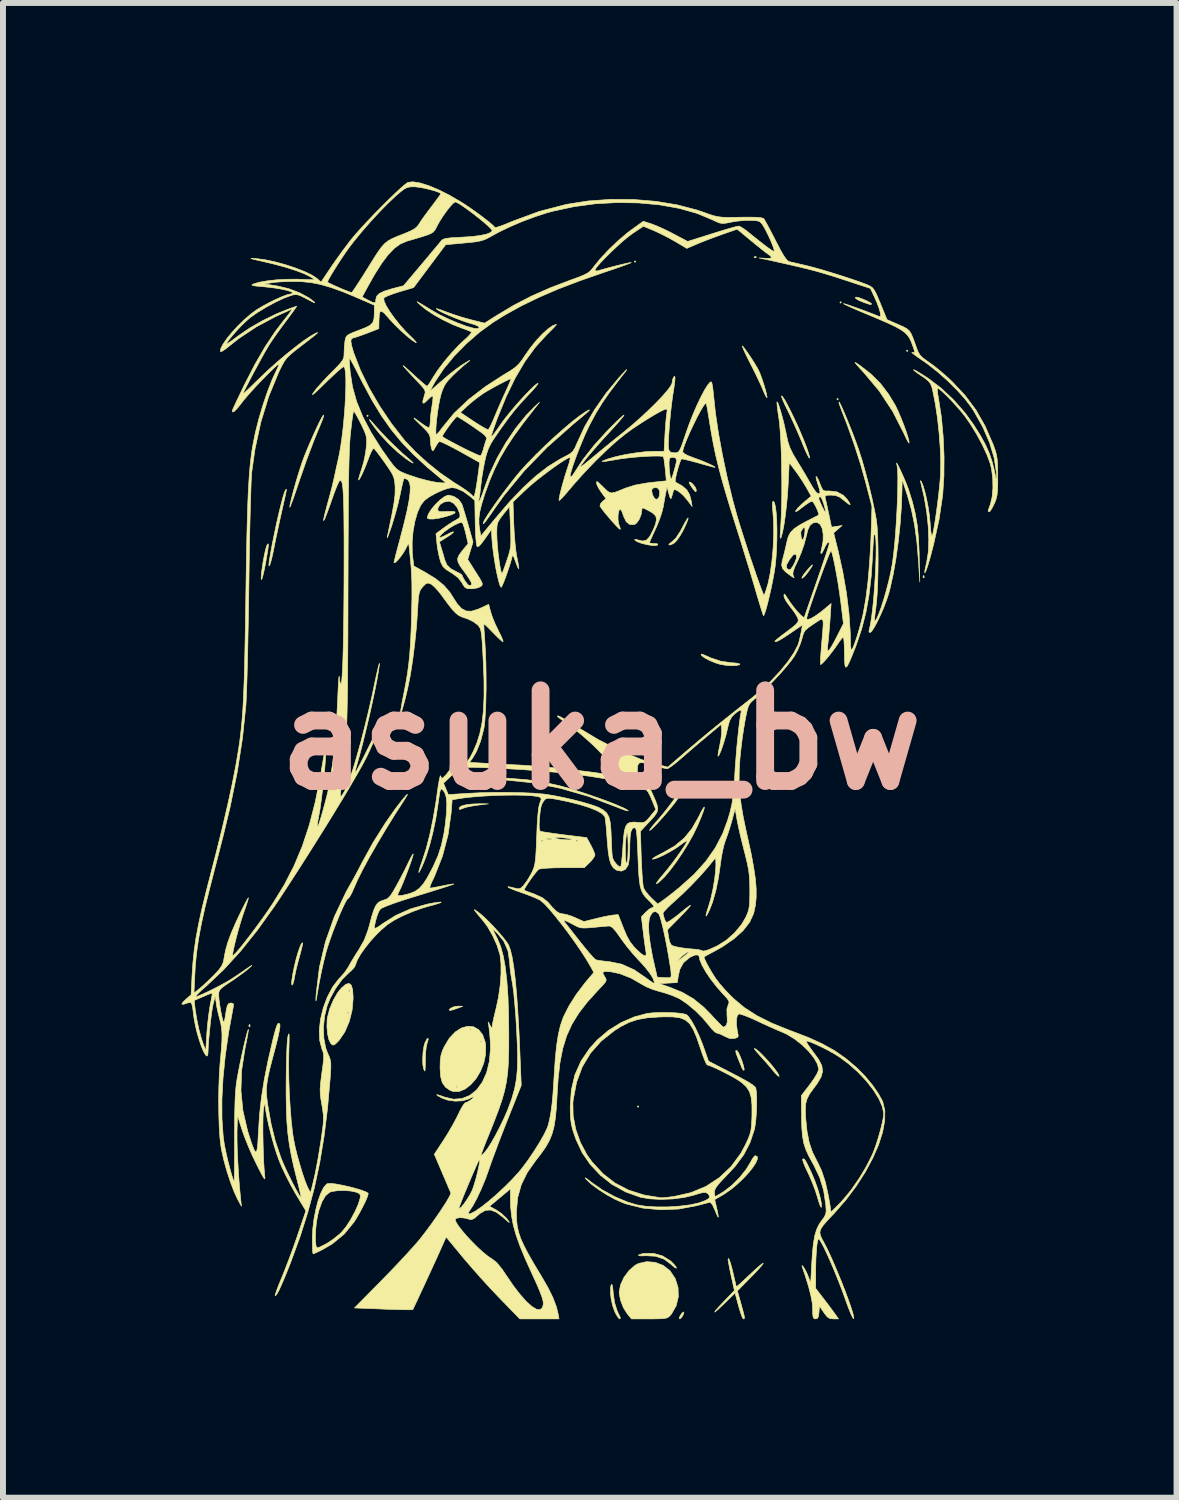
<source format=kicad_pcb>
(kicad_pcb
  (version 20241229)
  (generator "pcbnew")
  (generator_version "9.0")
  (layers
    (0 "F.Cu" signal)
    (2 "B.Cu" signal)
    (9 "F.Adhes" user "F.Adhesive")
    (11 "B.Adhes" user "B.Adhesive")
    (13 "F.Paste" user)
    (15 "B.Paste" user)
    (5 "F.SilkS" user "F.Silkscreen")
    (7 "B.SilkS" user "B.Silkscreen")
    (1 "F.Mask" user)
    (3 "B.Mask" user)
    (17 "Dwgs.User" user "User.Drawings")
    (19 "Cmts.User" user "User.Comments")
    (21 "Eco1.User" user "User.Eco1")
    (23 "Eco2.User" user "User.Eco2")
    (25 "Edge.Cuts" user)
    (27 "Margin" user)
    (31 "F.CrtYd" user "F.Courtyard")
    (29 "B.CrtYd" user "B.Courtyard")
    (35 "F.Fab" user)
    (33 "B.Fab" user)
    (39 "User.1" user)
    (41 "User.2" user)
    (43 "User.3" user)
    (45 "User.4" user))
  (footprint "asuka_bw"
    (layer "B.Cu")
    (at 7.05 9.385)
    (property "Reference" "asuka_bw" (at 0 0 0) (layer "B.SilkS") (effects (font (size 1.524 1.524) (thickness 0.3))))
    (attr through_hole)
    (fp_poly (pts (xy -3.912 -5.448) (xy -3.924 -5.436) (xy -3.937 -5.448) (xy -3.924 -5.461) (xy -3.912 -5.448)) (stroke (width 0.01) (type solid)) (fill yes) (layer "F.SilkS"))
    (fp_poly (pts (xy -3.378 -0.394) (xy -3.391 -0.381) (xy -3.404 -0.394) (xy -3.391 -0.406) (xy -3.378 -0.394)) (stroke (width 0.01) (type solid)) (fill yes) (layer "F.SilkS"))
    (fp_poly (pts (xy 0.584 -8.039) (xy 0.572 -8.026) (xy 0.559 -8.039) (xy 0.572 -8.052) (xy 0.584 -8.039)) (stroke (width 0.01) (type solid)) (fill yes) (layer "F.SilkS"))
    (fp_poly (pts (xy 0.635 6.16) (xy 0.622 6.172) (xy 0.61 6.16) (xy 0.622 6.147) (xy 0.635 6.16)) (stroke (width 0.01) (type solid)) (fill yes) (layer "F.SilkS"))
    (fp_poly (pts (xy 3.988 -5.728) (xy 3.975 -5.715) (xy 3.962 -5.728) (xy 3.975 -5.74) (xy 3.988 -5.728)) (stroke (width 0.01) (type solid)) (fill yes) (layer "F.SilkS"))
    (fp_poly (pts (xy 4.039 -7.353) (xy 4.026 -7.341) (xy 4.013 -7.353) (xy 4.026 -7.366) (xy 4.039 -7.353)) (stroke (width 0.01) (type solid)) (fill yes) (layer "F.SilkS"))
    (fp_poly (pts (xy 5.156 -6.54) (xy 5.144 -6.528) (xy 5.131 -6.54) (xy 5.144 -6.553) (xy 5.156 -6.54)) (stroke (width 0.01) (type solid)) (fill yes) (layer "F.SilkS"))
    (fp_poly (pts (xy -5.901 4.784) (xy -5.898 4.814) (xy -5.901 4.818) (xy -5.916 4.814) (xy -5.918 4.801) (xy -5.909 4.78) (xy -5.901 4.784)) (stroke (width 0.01) (type solid)) (fill yes) (layer "F.SilkS"))
    (fp_poly (pts (xy 2.608 -8.12) (xy 2.604 -8.104) (xy 2.591 -8.103) (xy 2.57 -8.112) (xy 2.574 -8.12) (xy 2.604 -8.123) (xy 2.608 -8.12)) (stroke (width 0.01) (type solid)) (fill yes) (layer "F.SilkS"))
    (fp_poly (pts (xy 5.427 -2.76) (xy 5.43 -2.73) (xy 5.427 -2.726) (xy 5.412 -2.73) (xy 5.41 -2.743) (xy 5.419 -2.764) (xy 5.427 -2.76)) (stroke (width 0.01) (type solid)) (fill yes) (layer "F.SilkS"))
    (fp_poly (pts (xy -2.324 4.474) (xy -2.413 4.508) (xy -2.494 4.536) (xy -2.543 4.544) (xy -2.554 4.533) (xy -2.529 4.508) (xy -2.467 4.481) (xy -2.402 4.472) (xy -2.324 4.474)) (stroke (width 0.01) (type solid)) (fill yes) (layer "F.SilkS"))
    (fp_poly (pts (xy 1.39 9.611) (xy 1.389 9.64) (xy 1.367 9.684) (xy 1.337 9.72) (xy 1.319 9.728) (xy 1.314 9.71) (xy 1.334 9.667) (xy 1.336 9.664) (xy 1.369 9.622) (xy 1.389 9.611) (xy 1.39 9.611)) (stroke (width 0.01) (type solid)) (fill yes) (layer "F.SilkS"))
    (fp_poly (pts (xy 1.507 -4.33) (xy 1.544 -4.297) (xy 1.58 -4.252) (xy 1.599 -4.211) (xy 1.6 -4.204) (xy 1.597 -4.173) (xy 1.583 -4.174) (xy 1.551 -4.212) (xy 1.527 -4.244) (xy 1.493 -4.297) (xy 1.48 -4.331) (xy 1.482 -4.335) (xy 1.507 -4.33)) (stroke (width 0.01) (type solid)) (fill yes) (layer "F.SilkS"))
    (fp_poly (pts (xy 3.554 -2.938) (xy 3.529 -2.895) (xy 3.473 -2.815) (xy 3.462 -2.8) (xy 3.418 -2.748) (xy 3.382 -2.72) (xy 3.376 -2.718) (xy 3.377 -2.735) (xy 3.405 -2.78) (xy 3.446 -2.832) (xy 3.512 -2.908) (xy 3.548 -2.943) (xy 3.554 -2.938)) (stroke (width 0.01) (type solid)) (fill yes) (layer "F.SilkS"))
    (fp_poly (pts (xy -2.032 1.071) (xy -1.892 1.073) (xy -2.07 1.095) (xy -2.169 1.11) (xy -2.254 1.127) (xy -2.306 1.143) (xy -2.363 1.165) (xy -2.385 1.162) (xy -2.381 1.137) (xy -2.348 1.11) (xy -2.273 1.089) (xy -2.167 1.076) (xy -2.039 1.071) (xy -2.032 1.071)) (stroke (width 0.01) (type solid)) (fill yes) (layer "F.SilkS"))
    (fp_poly (pts (xy 4.336 -7.432) (xy 4.4 -7.408) (xy 4.467 -7.379) (xy 4.521 -7.35) (xy 4.546 -7.33) (xy 4.547 -7.329) (xy 4.538 -7.318) (xy 4.507 -7.322) (xy 4.442 -7.343) (xy 4.408 -7.356) (xy 4.332 -7.387) (xy 4.285 -7.416) (xy 4.271 -7.436) (xy 4.294 -7.442) (xy 4.336 -7.432)) (stroke (width 0.01) (type solid)) (fill yes) (layer "F.SilkS"))
    (fp_poly (pts (xy 2.284 5.219) (xy 2.308 5.251) (xy 2.337 5.315) (xy 2.368 5.394) (xy 2.392 5.471) (xy 2.405 5.529) (xy 2.404 5.547) (xy 2.389 5.548) (xy 2.368 5.512) (xy 2.342 5.446) (xy 2.308 5.365) (xy 2.302 5.35) (xy 2.269 5.264) (xy 2.263 5.22) (xy 2.281 5.217) (xy 2.284 5.219)) (stroke (width 0.01) (type solid)) (fill yes) (layer "F.SilkS"))
    (fp_poly (pts (xy 0.19 9.166) (xy 0.199 9.229) (xy 0.205 9.296) (xy 0.227 9.453) (xy 0.271 9.594) (xy 0.325 9.709) (xy 0.317 9.728) (xy 0.312 9.728) (xy 0.289 9.707) (xy 0.255 9.654) (xy 0.236 9.618) (xy 0.198 9.517) (xy 0.171 9.401) (xy 0.158 9.287) (xy 0.161 9.194) (xy 0.168 9.166) (xy 0.18 9.146) (xy 0.19 9.166)) (stroke (width 0.01) (type solid)) (fill yes) (layer "F.SilkS"))
    (fp_poly (pts (xy 1.463 -3.717) (xy 1.443 -3.661) (xy 1.434 -3.639) (xy 1.38 -3.523) (xy 1.321 -3.421) (xy 1.265 -3.343) (xy 1.22 -3.302) (xy 1.163 -3.278) (xy 1.138 -3.279) (xy 1.151 -3.301) (xy 1.187 -3.327) (xy 1.26 -3.396) (xy 1.337 -3.514) (xy 1.358 -3.555) (xy 1.407 -3.648) (xy 1.443 -3.708) (xy 1.462 -3.732) (xy 1.463 -3.717)) (stroke (width 0.01) (type solid)) (fill yes) (layer "F.SilkS"))
    (fp_poly (pts (xy -5.59 -3.287) (xy -5.593 -3.242) (xy -5.605 -3.158) (xy -5.627 -3.031) (xy -5.636 -2.977) (xy -5.66 -2.857) (xy -5.681 -2.767) (xy -5.697 -2.712) (xy -5.708 -2.695) (xy -5.712 -2.719) (xy -5.707 -2.788) (xy -5.704 -2.819) (xy -5.685 -2.955) (xy -5.663 -3.082) (xy -5.64 -3.187) (xy -5.62 -3.258) (xy -5.611 -3.277) (xy -5.596 -3.297) (xy -5.59 -3.287)) (stroke (width 0.01) (type solid)) (fill yes) (layer "F.SilkS"))
    (fp_poly (pts (xy 2.61 5.199) (xy 2.665 5.246) (xy 2.733 5.314) (xy 2.806 5.393) (xy 2.876 5.474) (xy 2.936 5.55) (xy 2.977 5.611) (xy 2.993 5.648) (xy 2.991 5.653) (xy 2.97 5.642) (xy 2.928 5.6) (xy 2.881 5.544) (xy 2.805 5.454) (xy 2.719 5.356) (xy 2.67 5.302) (xy 2.616 5.241) (xy 2.582 5.198) (xy 2.575 5.182) (xy 2.61 5.199)) (stroke (width 0.01) (type solid)) (fill yes) (layer "F.SilkS"))
    (fp_poly (pts (xy -2.905 5.038) (xy -2.923 5.096) (xy -2.937 5.157) (xy -2.948 5.25) (xy -2.952 5.355) (xy -2.952 5.366) (xy -2.953 5.458) (xy -2.956 5.528) (xy -2.959 5.561) (xy -2.96 5.563) (xy -2.973 5.543) (xy -2.982 5.522) (xy -2.995 5.453) (xy -2.997 5.354) (xy -2.991 5.245) (xy -2.976 5.146) (xy -2.959 5.088) (xy -2.927 5.027) (xy -2.907 5.011) (xy -2.905 5.038)) (stroke (width 0.01) (type solid)) (fill yes) (layer "F.SilkS"))
    (fp_poly (pts (xy 1.033 8.669) (xy 1.164 8.751) (xy 1.179 8.764) (xy 1.233 8.819) (xy 1.264 8.86) (xy 1.268 8.875) (xy 1.243 8.868) (xy 1.199 8.832) (xy 1.181 8.814) (xy 1.062 8.725) (xy 0.916 8.675) (xy 0.752 8.666) (xy 0.751 8.667) (xy 0.668 8.669) (xy 0.629 8.663) (xy 0.636 8.65) (xy 0.691 8.634) (xy 0.727 8.628) (xy 0.882 8.627) (xy 1.033 8.669)) (stroke (width 0.01) (type solid)) (fill yes) (layer "F.SilkS"))
    (fp_poly (pts (xy -3.881 -5.378) (xy -3.839 -5.333) (xy -3.807 -5.296) (xy -3.703 -5.18) (xy -3.582 -5.053) (xy -3.455 -4.928) (xy -3.337 -4.817) (xy -3.251 -4.743) (xy -3.183 -4.684) (xy -3.156 -4.655) (xy -3.168 -4.656) (xy -3.219 -4.686) (xy -3.279 -4.727) (xy -3.418 -4.838) (xy -3.564 -4.975) (xy -3.701 -5.123) (xy -3.77 -5.207) (xy -3.838 -5.297) (xy -3.879 -5.357) (xy -3.894 -5.385) (xy -3.881 -5.378)) (stroke (width 0.01) (type solid)) (fill yes) (layer "F.SilkS"))
    (fp_poly (pts (xy 1.726 -1.432) (xy 1.797 -1.401) (xy 1.843 -1.38) (xy 2.011 -1.324) (xy 2.179 -1.3) (xy 2.274 -1.292) (xy 2.327 -1.28) (xy 2.334 -1.268) (xy 2.333 -1.267) (xy 2.278 -1.252) (xy 2.19 -1.248) (xy 2.087 -1.257) (xy 2 -1.272) (xy 1.917 -1.298) (xy 1.828 -1.335) (xy 1.75 -1.375) (xy 1.698 -1.412) (xy 1.689 -1.422) (xy 1.681 -1.44) (xy 1.69 -1.444) (xy 1.726 -1.432)) (stroke (width 0.01) (type solid)) (fill yes) (layer "F.SilkS"))
    (fp_poly (pts (xy -5.015 3.409) (xy -5.017 3.437) (xy -5.031 3.501) (xy -5.054 3.591) (xy -5.066 3.634) (xy -5.097 3.748) (xy -5.125 3.859) (xy -5.143 3.947) (xy -5.146 3.962) (xy -5.162 4.046) (xy -5.178 4.1) (xy -5.192 4.119) (xy -5.199 4.1) (xy -5.196 4.037) (xy -5.194 4.026) (xy -5.177 3.918) (xy -5.153 3.801) (xy -5.125 3.684) (xy -5.094 3.577) (xy -5.064 3.489) (xy -5.039 3.429) (xy -5.019 3.407) (xy -5.015 3.409)) (stroke (width 0.01) (type solid)) (fill yes) (layer "F.SilkS"))
    (fp_poly (pts (xy 3.423 7.052) (xy 3.45 7.095) (xy 3.489 7.173) (xy 3.538 7.277) (xy 3.594 7.412) (xy 3.643 7.549) (xy 3.679 7.675) (xy 3.701 7.778) (xy 3.704 7.848) (xy 3.704 7.849) (xy 3.694 7.85) (xy 3.676 7.809) (xy 3.651 7.734) (xy 3.639 7.69) (xy 3.598 7.563) (xy 3.543 7.42) (xy 3.485 7.288) (xy 3.476 7.27) (xy 3.432 7.177) (xy 3.401 7.101) (xy 3.387 7.053) (xy 3.388 7.043) (xy 3.404 7.037) (xy 3.423 7.052)) (stroke (width 0.01) (type solid)) (fill yes) (layer "F.SilkS"))
    (fp_poly (pts (xy 1.386 0.821) (xy 1.357 0.878) (xy 1.298 0.974) (xy 1.293 0.981) (xy 1.246 1.048) (xy 1.181 1.13) (xy 1.107 1.219) (xy 1.029 1.309) (xy 0.955 1.391) (xy 0.89 1.459) (xy 0.841 1.505) (xy 0.816 1.521) (xy 0.814 1.519) (xy 0.829 1.493) (xy 0.871 1.439) (xy 0.932 1.368) (xy 0.956 1.341) (xy 1.04 1.242) (xy 1.135 1.122) (xy 1.222 1.006) (xy 1.238 0.983) (xy 1.311 0.884) (xy 1.361 0.824) (xy 1.387 0.803) (xy 1.386 0.821)) (stroke (width 0.01) (type solid)) (fill yes) (layer "F.SilkS"))
    (fp_poly (pts (xy 3.05 -5.77) (xy 3.085 -5.719) (xy 3.131 -5.635) (xy 3.186 -5.527) (xy 3.246 -5.403) (xy 3.308 -5.27) (xy 3.366 -5.136) (xy 3.419 -5.008) (xy 3.462 -4.894) (xy 3.479 -4.843) (xy 3.501 -4.768) (xy 3.505 -4.736) (xy 3.494 -4.744) (xy 3.469 -4.789) (xy 3.432 -4.868) (xy 3.386 -4.977) (xy 3.379 -4.997) (xy 3.318 -5.142) (xy 3.247 -5.303) (xy 3.177 -5.455) (xy 3.145 -5.521) (xy 3.095 -5.622) (xy 3.057 -5.706) (xy 3.035 -5.763) (xy 3.031 -5.783) (xy 3.05 -5.77)) (stroke (width 0.01) (type solid)) (fill yes) (layer "F.SilkS"))
    (fp_poly (pts (xy 2.389 -6.608) (xy 2.426 -6.56) (xy 2.475 -6.49) (xy 2.53 -6.408) (xy 2.583 -6.324) (xy 2.627 -6.25) (xy 2.648 -6.21) (xy 2.675 -6.15) (xy 2.705 -6.066) (xy 2.736 -5.973) (xy 2.763 -5.882) (xy 2.782 -5.807) (xy 2.79 -5.76) (xy 2.789 -5.752) (xy 2.774 -5.768) (xy 2.748 -5.819) (xy 2.719 -5.887) (xy 2.684 -5.968) (xy 2.632 -6.079) (xy 2.571 -6.205) (xy 2.511 -6.323) (xy 2.456 -6.432) (xy 2.412 -6.524) (xy 2.383 -6.59) (xy 2.372 -6.621) (xy 2.372 -6.623) (xy 2.389 -6.608)) (stroke (width 0.01) (type solid)) (fill yes) (layer "F.SilkS"))
    (fp_poly (pts (xy -5.288 -4.197) (xy -5.296 -4.154) (xy -5.312 -4.077) (xy -5.338 -3.963) (xy -5.37 -3.821) (xy -5.405 -3.665) (xy -5.439 -3.505) (xy -5.471 -3.356) (xy -5.494 -3.236) (xy -5.499 -3.214) (xy -5.519 -3.114) (xy -5.54 -3.029) (xy -5.558 -2.966) (xy -5.573 -2.93) (xy -5.581 -2.927) (xy -5.58 -2.965) (xy -5.574 -3.01) (xy -5.552 -3.146) (xy -5.523 -3.302) (xy -5.489 -3.468) (xy -5.454 -3.636) (xy -5.417 -3.797) (xy -5.382 -3.942) (xy -5.351 -4.062) (xy -5.324 -4.149) (xy -5.308 -4.19) (xy -5.295 -4.21) (xy -5.288 -4.214) (xy -5.288 -4.197)) (stroke (width 0.01) (type solid)) (fill yes) (layer "F.SilkS"))
    (fp_poly (pts (xy -1.549 0.643) (xy -1.234 0.669) (xy -0.919 0.719) (xy -0.68 0.773) (xy -0.533 0.814) (xy -0.367 0.866) (xy -0.194 0.923) (xy -0.022 0.983) (xy 0.138 1.042) (xy 0.275 1.097) (xy 0.381 1.143) (xy 0.429 1.168) (xy 0.457 1.188) (xy 0.444 1.191) (xy 0.397 1.178) (xy 0.321 1.15) (xy 0.267 1.128) (xy -0.212 0.947) (xy -0.686 0.811) (xy -1.149 0.719) (xy -1.6 0.673) (xy -1.978 0.671) (xy -2.095 0.675) (xy -2.163 0.676) (xy -2.184 0.673) (xy -2.16 0.667) (xy -2.121 0.661) (xy -1.849 0.64) (xy -1.549 0.643)) (stroke (width 0.01) (type solid)) (fill yes) (layer "F.SilkS"))
    (fp_poly (pts (xy 0.909 8.777) (xy 1.044 8.829) (xy 1.157 8.917) (xy 1.159 8.919) (xy 1.247 9.051) (xy 1.294 9.201) (xy 1.299 9.357) (xy 1.262 9.509) (xy 1.184 9.645) (xy 1.161 9.671) (xy 1.135 9.696) (xy 1.104 9.712) (xy 1.056 9.722) (xy 0.984 9.726) (xy 0.875 9.728) (xy 0.81 9.728) (xy 0.512 9.728) (xy 0.436 9.636) (xy 0.374 9.536) (xy 0.327 9.413) (xy 0.305 9.296) (xy 0.305 9.279) (xy 0.327 9.155) (xy 0.386 9.029) (xy 0.472 8.914) (xy 0.574 8.826) (xy 0.628 8.797) (xy 0.765 8.766) (xy 0.909 8.777)) (stroke (width 0.01) (type solid)) (fill yes) (layer "F.SilkS"))
    (fp_poly (pts (xy -4.662 -5.44) (xy -4.679 -5.389) (xy -4.688 -5.366) (xy -4.824 -5.035) (xy -4.947 -4.709) (xy -5.068 -4.362) (xy -5.083 -4.318) (xy -5.129 -4.181) (xy -5.169 -4.065) (xy -5.202 -3.977) (xy -5.223 -3.923) (xy -5.231 -3.911) (xy -5.231 -3.912) (xy -5.225 -3.959) (xy -5.205 -4.045) (xy -5.176 -4.158) (xy -5.14 -4.289) (xy -5.1 -4.426) (xy -5.058 -4.56) (xy -5.025 -4.661) (xy -4.99 -4.757) (xy -4.944 -4.871) (xy -4.891 -4.995) (xy -4.836 -5.12) (xy -4.782 -5.238) (xy -4.734 -5.339) (xy -4.695 -5.414) (xy -4.669 -5.456) (xy -4.662 -5.461) (xy -4.662 -5.44)) (stroke (width 0.01) (type solid)) (fill yes) (layer "F.SilkS"))
    (fp_poly (pts (xy 4.285 -6.338) (xy 4.333 -6.306) (xy 4.401 -6.255) (xy 4.481 -6.193) (xy 4.547 -6.139) (xy 4.692 -5.994) (xy 4.83 -5.814) (xy 4.949 -5.617) (xy 4.95 -5.613) (xy 4.993 -5.523) (xy 5.039 -5.415) (xy 5.084 -5.301) (xy 5.124 -5.192) (xy 5.155 -5.097) (xy 5.174 -5.026) (xy 5.177 -4.991) (xy 5.176 -4.99) (xy 5.162 -5.006) (xy 5.133 -5.059) (xy 5.096 -5.138) (xy 5.084 -5.163) (xy 4.899 -5.525) (xy 4.673 -5.867) (xy 4.413 -6.177) (xy 4.409 -6.182) (xy 4.343 -6.253) (xy 4.294 -6.309) (xy 4.269 -6.34) (xy 4.267 -6.344) (xy 4.285 -6.338)) (stroke (width 0.01) (type solid)) (fill yes) (layer "F.SilkS"))
    (fp_poly (pts (xy -0.209 -5.527) (xy -0.257 -5.484) (xy -0.339 -5.415) (xy -0.458 -5.316) (xy -0.47 -5.306) (xy -0.906 -4.92) (xy -1.293 -4.521) (xy -1.632 -4.108) (xy -1.766 -3.921) (xy -1.849 -3.801) (xy -1.908 -3.718) (xy -1.946 -3.666) (xy -1.968 -3.64) (xy -1.979 -3.634) (xy -1.981 -3.644) (xy -1.966 -3.681) (xy -1.925 -3.751) (xy -1.863 -3.845) (xy -1.785 -3.958) (xy -1.697 -4.081) (xy -1.603 -4.207) (xy -1.509 -4.329) (xy -1.421 -4.44) (xy -1.36 -4.513) (xy -1.237 -4.648) (xy -1.095 -4.794) (xy -0.942 -4.944) (xy -0.784 -5.091) (xy -0.628 -5.229) (xy -0.484 -5.351) (xy -0.357 -5.449) (xy -0.257 -5.517) (xy -0.246 -5.524) (xy -0.206 -5.545) (xy -0.193 -5.547) (xy -0.209 -5.527)) (stroke (width 0.01) (type solid)) (fill yes) (layer "F.SilkS"))
    (fp_poly (pts (xy -4.197 4.12) (xy -4.174 4.197) (xy -4.166 4.322) (xy -4.166 4.345) (xy -4.183 4.54) (xy -4.231 4.731) (xy -4.305 4.905) (xy -4.401 5.046) (xy -4.415 5.061) (xy -4.467 5.112) (xy -4.502 5.128) (xy -4.531 5.11) (xy -4.543 5.097) (xy -4.574 5.033) (xy -4.596 4.935) (xy -4.606 4.821) (xy -4.603 4.706) (xy -4.598 4.664) (xy -4.577 4.585) (xy -4.267 4.585) (xy -4.255 4.597) (xy -4.242 4.585) (xy -4.255 4.572) (xy -4.267 4.585) (xy -4.577 4.585) (xy -4.561 4.52) (xy -4.499 4.372) (xy -4.423 4.241) (xy -4.402 4.216) (xy -4.242 4.216) (xy -4.233 4.237) (xy -4.225 4.233) (xy -4.222 4.203) (xy -4.225 4.199) (xy -4.24 4.203) (xy -4.242 4.216) (xy -4.402 4.216) (xy -4.362 4.167) (xy -4.29 4.106) (xy -4.235 4.09) (xy -4.197 4.12)) (stroke (width 0.01) (type solid)) (fill yes) (layer "F.SilkS"))
    (fp_poly (pts (xy 1.733 1.154) (xy 1.713 1.216) (xy 1.676 1.311) (xy 1.624 1.435) (xy 1.552 1.584) (xy 1.464 1.742) (xy 1.365 1.901) (xy 1.262 2.053) (xy 1.16 2.189) (xy 1.065 2.302) (xy 0.982 2.382) (xy 0.935 2.416) (xy 0.929 2.41) (xy 0.952 2.373) (xy 1 2.311) (xy 1.053 2.249) (xy 1.124 2.163) (xy 1.201 2.064) (xy 1.277 1.961) (xy 1.346 1.863) (xy 1.402 1.779) (xy 1.438 1.717) (xy 1.448 1.691) (xy 1.43 1.697) (xy 1.383 1.728) (xy 1.327 1.769) (xy 1.248 1.824) (xy 1.154 1.88) (xy 1.056 1.932) (xy 0.967 1.973) (xy 0.898 1.998) (xy 0.863 2.002) (xy 0.872 1.988) (xy 0.919 1.958) (xy 0.995 1.917) (xy 1.043 1.893) (xy 1.24 1.78) (xy 1.398 1.648) (xy 1.529 1.487) (xy 1.641 1.29) (xy 1.69 1.192) (xy 1.722 1.139) (xy 1.736 1.127) (xy 1.733 1.154)) (stroke (width 0.01) (type solid)) (fill yes) (layer "F.SilkS"))
    (fp_poly (pts (xy -2.142 4.819) (xy -2.057 4.867) (xy -1.99 4.953) (xy -1.947 5.077) (xy -1.939 5.134) (xy -1.94 5.281) (xy -1.97 5.426) (xy -2.025 5.564) (xy -2.098 5.687) (xy -2.186 5.789) (xy -2.282 5.864) (xy -2.382 5.906) (xy -2.481 5.908) (xy -2.538 5.887) (xy -2.617 5.831) (xy -2.618 5.829) (xy -2.438 5.829) (xy -2.426 5.842) (xy -2.413 5.829) (xy -2.426 5.817) (xy -2.438 5.829) (xy -2.618 5.829) (xy -2.668 5.757) (xy -2.696 5.654) (xy -2.705 5.513) (xy -2.705 5.503) (xy -2.702 5.387) (xy -2.69 5.299) (xy -2.666 5.221) (xy -2.634 5.152) (xy -2.583 5.067) (xy -2.032 5.067) (xy -2.019 5.08) (xy -2.007 5.067) (xy -2.019 5.055) (xy -2.032 5.067) (xy -2.583 5.067) (xy -2.548 5.01) (xy -2.449 4.906) (xy -2.384 4.864) (xy -2.21 4.864) (xy -2.197 4.877) (xy -2.184 4.864) (xy -2.197 4.851) (xy -2.21 4.864) (xy -2.384 4.864) (xy -2.344 4.839) (xy -2.24 4.81) (xy -2.142 4.819)) (stroke (width 0.01) (type solid)) (fill yes) (layer "F.SilkS"))
    (fp_poly (pts (xy 2.156 8.736) (xy 2.177 8.797) (xy 2.202 8.888) (xy 2.224 8.979) (xy 2.246 9.073) (xy 2.263 9.146) (xy 2.273 9.185) (xy 2.274 9.188) (xy 2.292 9.175) (xy 2.34 9.133) (xy 2.409 9.069) (xy 2.479 9.004) (xy 2.59 8.9) (xy 2.669 8.831) (xy 2.714 8.796) (xy 2.726 8.795) (xy 2.703 8.828) (xy 2.644 8.895) (xy 2.548 8.996) (xy 2.536 9.008) (xy 2.291 9.258) (xy 2.352 9.474) (xy 2.383 9.588) (xy 2.402 9.661) (xy 2.41 9.703) (xy 2.407 9.723) (xy 2.397 9.728) (xy 2.391 9.728) (xy 2.375 9.705) (xy 2.352 9.644) (xy 2.324 9.556) (xy 2.311 9.511) (xy 2.252 9.293) (xy 2.061 9.479) (xy 1.977 9.559) (xy 1.926 9.603) (xy 1.909 9.613) (xy 1.924 9.59) (xy 1.97 9.535) (xy 2.048 9.452) (xy 2.091 9.407) (xy 2.241 9.251) (xy 2.187 9.006) (xy 2.164 8.899) (xy 2.147 8.808) (xy 2.136 8.748) (xy 2.134 8.731) (xy 2.141 8.712) (xy 2.156 8.736)) (stroke (width 0.01) (type solid)) (fill yes) (layer "F.SilkS"))
    (fp_poly (pts (xy -3.257 0.925) (xy -3.287 0.976) (xy -3.3 0.997) (xy -3.463 1.25) (xy -3.618 1.501) (xy -3.762 1.743) (xy -3.892 1.969) (xy -4.003 2.174) (xy -4.091 2.35) (xy -4.151 2.485) (xy -4.188 2.57) (xy -4.222 2.631) (xy -4.244 2.659) (xy -4.247 2.659) (xy -4.268 2.679) (xy -4.302 2.739) (xy -4.346 2.83) (xy -4.396 2.945) (xy -4.449 3.076) (xy -4.503 3.213) (xy -4.552 3.35) (xy -4.595 3.478) (xy -4.621 3.566) (xy -4.659 3.716) (xy -4.698 3.89) (xy -4.733 4.062) (xy -4.749 4.153) (xy -4.77 4.277) (xy -4.784 4.354) (xy -4.791 4.386) (xy -4.793 4.376) (xy -4.791 4.326) (xy -4.786 4.255) (xy -4.733 3.821) (xy -4.631 3.39) (xy -4.48 2.965) (xy -4.283 2.551) (xy -4.226 2.449) (xy -4.156 2.325) (xy -4.08 2.184) (xy -4.014 2.056) (xy -4.008 2.045) (xy -3.83 1.722) (xy -3.625 1.396) (xy -3.454 1.153) (xy -3.378 1.054) (xy -3.318 0.978) (xy -3.276 0.93) (xy -3.254 0.911) (xy -3.257 0.925)) (stroke (width 0.01) (type solid)) (fill yes) (layer "F.SilkS"))
    (fp_poly (pts (xy -4.463 7.46) (xy -4.36 7.479) (xy -4.247 7.503) (xy -4.136 7.532) (xy -4.036 7.562) (xy -3.959 7.59) (xy -3.917 7.613) (xy -3.912 7.622) (xy -3.924 7.67) (xy -3.957 7.749) (xy -4.006 7.848) (xy -4.063 7.955) (xy -4.124 8.058) (xy -4.154 8.104) (xy -4.315 8.301) (xy -4.515 8.466) (xy -4.679 8.562) (xy -4.756 8.6) (xy -4.814 8.627) (xy -4.838 8.636) (xy -4.844 8.612) (xy -4.848 8.549) (xy -4.851 8.455) (xy -4.851 8.373) (xy -4.85 8.338) (xy -4.8 8.338) (xy -4.798 8.433) (xy -4.789 8.502) (xy -4.773 8.533) (xy -4.769 8.534) (xy -4.731 8.522) (xy -4.666 8.491) (xy -4.6 8.456) (xy -4.502 8.39) (xy -4.401 8.309) (xy -4.353 8.263) (xy -4.28 8.173) (xy -4.204 8.054) (xy -4.134 7.924) (xy -4.079 7.8) (xy -4.049 7.704) (xy -4.044 7.649) (xy -4.066 7.619) (xy -4.116 7.598) (xy -4.206 7.579) (xy -4.318 7.57) (xy -4.432 7.574) (xy -4.526 7.588) (xy -4.56 7.6) (xy -4.629 7.657) (xy -4.69 7.76) (xy -4.742 7.905) (xy -4.764 7.997) (xy -4.783 8.109) (xy -4.795 8.226) (xy -4.8 8.338) (xy -4.85 8.338) (xy -4.844 8.214) (xy -4.824 8.05) (xy -4.793 7.891) (xy -4.755 7.743) (xy -4.71 7.618) (xy -4.663 7.522) (xy -4.614 7.464) (xy -4.594 7.454) (xy -4.545 7.451) (xy -4.463 7.46)) (stroke (width 0.01) (type solid)) (fill yes) (layer "F.SilkS"))
    (fp_poly (pts (xy -2.475 -4.094) (xy -2.394 -4.042) (xy -2.342 -3.971) (xy -2.341 -3.97) (xy -2.323 -3.917) (xy -2.296 -3.829) (xy -2.262 -3.717) (xy -2.232 -3.613) (xy -2.151 -3.327) (xy -2.196 -3.18) (xy -2.24 -3.034) (xy -2.107 -2.824) (xy -2.046 -2.728) (xy -2.01 -2.665) (xy -1.995 -2.625) (xy -1.999 -2.601) (xy -2.017 -2.582) (xy -2.022 -2.578) (xy -2.078 -2.555) (xy -2.156 -2.542) (xy -2.178 -2.541) (xy -2.248 -2.544) (xy -2.289 -2.566) (xy -2.324 -2.617) (xy -2.335 -2.639) (xy -2.4 -2.726) (xy -2.505 -2.804) (xy -2.524 -2.815) (xy -2.605 -2.866) (xy -2.655 -2.913) (xy -2.687 -2.973) (xy -2.702 -3.015) (xy -2.726 -3.11) (xy -2.748 -3.225) (xy -2.758 -3.302) (xy -2.767 -3.403) (xy -2.718 -3.403) (xy -2.698 -3.402) (xy -2.648 -3.423) (xy -2.602 -3.446) (xy -2.522 -3.487) (xy -2.482 -3.5) (xy -2.484 -3.486) (xy -2.529 -3.449) (xy -2.59 -3.409) (xy -2.716 -3.33) (xy -2.679 -3.208) (xy -2.653 -3.122) (xy -2.632 -3.047) (xy -2.625 -3.023) (xy -2.59 -2.942) (xy -2.525 -2.879) (xy -2.438 -2.832) (xy -2.376 -2.801) (xy -2.34 -2.777) (xy -2.337 -2.771) (xy -2.325 -2.742) (xy -2.295 -2.687) (xy -2.286 -2.673) (xy -2.238 -2.609) (xy -2.199 -2.593) (xy -2.172 -2.616) (xy -2.18 -2.646) (xy -2.213 -2.705) (xy -2.265 -2.783) (xy -2.295 -2.824) (xy -2.366 -2.92) (xy -2.404 -2.991) (xy -2.41 -3.049) (xy -2.385 -3.109) (xy -2.329 -3.185) (xy -2.299 -3.221) (xy -2.234 -3.298) (xy -2.275 -3.478) (xy -2.298 -3.565) (xy -2.32 -3.629) (xy -2.338 -3.657) (xy -2.34 -3.658) (xy -2.396 -3.644) (xy -2.472 -3.607) (xy -2.555 -3.557) (xy -2.632 -3.501) (xy -2.69 -3.448) (xy -2.717 -3.408) (xy -2.718 -3.403) (xy -2.767 -3.403) (xy -2.774 -3.467) (xy -2.65 -3.559) (xy -2.567 -3.618) (xy -2.485 -3.671) (xy -2.442 -3.694) (xy -2.387 -3.729) (xy -2.369 -3.763) (xy -2.374 -3.804) (xy -2.414 -3.901) (xy -2.472 -3.974) (xy -2.54 -4.011) (xy -2.561 -4.013) (xy -2.642 -3.997) (xy -2.707 -3.955) (xy -2.741 -3.898) (xy -2.743 -3.882) (xy -2.739 -3.853) (xy -2.718 -3.839) (xy -2.67 -3.836) (xy -2.59 -3.84) (xy -2.497 -3.842) (xy -2.452 -3.833) (xy -2.456 -3.814) (xy -2.507 -3.787) (xy -2.606 -3.755) (xy -2.723 -3.727) (xy -2.821 -3.713) (xy -2.889 -3.714) (xy -2.92 -3.73) (xy -2.921 -3.735) (xy -2.902 -3.796) (xy -2.854 -3.873) (xy -2.786 -3.955) (xy -2.709 -4.03) (xy -2.635 -4.087) (xy -2.574 -4.114) (xy -2.565 -4.115) (xy -2.475 -4.094)) (stroke (width 0.01) (type solid)) (fill yes) (layer "F.SilkS"))
    (fp_poly (pts (xy 1.129 4.58) (xy 1.255 4.585) (xy 1.361 4.596) (xy 1.43 4.612) (xy 1.431 4.612) (xy 1.47 4.647) (xy 1.521 4.721) (xy 1.579 4.825) (xy 1.639 4.95) (xy 1.696 5.088) (xy 1.726 5.169) (xy 1.806 5.397) (xy 2.196 5.598) (xy 2.355 5.681) (xy 2.471 5.746) (xy 2.548 5.796) (xy 2.591 5.833) (xy 2.601 5.852) (xy 2.612 5.926) (xy 2.616 6.036) (xy 2.615 6.166) (xy 2.608 6.3) (xy 2.597 6.425) (xy 2.582 6.524) (xy 2.578 6.542) (xy 2.504 6.764) (xy 2.399 6.968) (xy 2.255 7.162) (xy 2.129 7.298) (xy 2.031 7.4) (xy 1.964 7.475) (xy 1.925 7.531) (xy 1.907 7.575) (xy 1.905 7.597) (xy 1.909 7.65) (xy 1.919 7.671) (xy 1.946 7.658) (xy 2.003 7.625) (xy 2.065 7.586) (xy 2.197 7.485) (xy 2.327 7.355) (xy 2.439 7.215) (xy 2.505 7.107) (xy 2.543 7.039) (xy 2.576 6.995) (xy 2.59 6.985) (xy 2.626 7) (xy 2.627 7.043) (xy 2.6 7.107) (xy 2.547 7.187) (xy 2.475 7.277) (xy 2.387 7.371) (xy 2.288 7.465) (xy 2.183 7.552) (xy 2.076 7.626) (xy 2.041 7.647) (xy 1.91 7.723) (xy 1.944 7.868) (xy 1.961 7.947) (xy 1.97 8.002) (xy 1.97 8.02) (xy 1.958 8.003) (xy 1.934 7.95) (xy 1.911 7.894) (xy 1.873 7.812) (xy 1.839 7.772) (xy 1.825 7.768) (xy 1.785 7.779) (xy 1.711 7.798) (xy 1.617 7.823) (xy 1.6 7.827) (xy 1.304 7.882) (xy 1.001 7.894) (xy 0.703 7.866) (xy 0.422 7.796) (xy 0.372 7.778) (xy 0.239 7.72) (xy 0.095 7.641) (xy -0.044 7.552) (xy -0.164 7.463) (xy -0.241 7.391) (xy -0.268 7.36) (xy -0.259 7.359) (xy -0.215 7.39) (xy -0.154 7.438) (xy 0.026 7.563) (xy 0.232 7.675) (xy 0.444 7.764) (xy 0.603 7.812) (xy 0.75 7.835) (xy 0.93 7.846) (xy 1.125 7.846) (xy 1.321 7.833) (xy 1.5 7.811) (xy 1.646 7.778) (xy 1.657 7.774) (xy 1.76 7.736) (xy 1.815 7.701) (xy 1.825 7.664) (xy 1.794 7.623) (xy 1.789 7.619) (xy 1.76 7.604) (xy 1.717 7.604) (xy 1.649 7.62) (xy 1.567 7.646) (xy 1.399 7.687) (xy 1.205 7.712) (xy 1.004 7.72) (xy 0.815 7.71) (xy 0.663 7.684) (xy 0.412 7.594) (xy 0.176 7.462) (xy -0.01 7.314) (xy -0.183 7.13) (xy -0.316 6.937) (xy -0.419 6.717) (xy -0.441 6.656) (xy -0.477 6.548) (xy -0.499 6.456) (xy -0.512 6.362) (xy -0.517 6.248) (xy -0.518 6.16) (xy -0.514 6.096) (xy -0.473 6.096) (xy -0.469 6.312) (xy -0.426 6.54) (xy -0.346 6.765) (xy -0.234 6.975) (xy -0.151 7.09) (xy 0.034 7.29) (xy 0.238 7.447) (xy 0.466 7.565) (xy 0.723 7.646) (xy 1.008 7.693) (xy 1.046 7.691) (xy 1.12 7.684) (xy 1.215 7.672) (xy 1.234 7.669) (xy 1.511 7.606) (xy 1.765 7.5) (xy 1.991 7.352) (xy 2.188 7.165) (xy 2.351 6.943) (xy 2.423 6.808) (xy 2.469 6.71) (xy 2.499 6.634) (xy 2.518 6.563) (xy 2.528 6.481) (xy 2.534 6.372) (xy 2.536 6.305) (xy 2.536 6.136) (xy 2.523 6.007) (xy 2.493 5.907) (xy 2.441 5.827) (xy 2.365 5.757) (xy 2.309 5.718) (xy 2.234 5.673) (xy 2.14 5.622) (xy 2.037 5.569) (xy 1.938 5.521) (xy 1.854 5.484) (xy 1.798 5.463) (xy 1.784 5.461) (xy 1.768 5.438) (xy 1.74 5.376) (xy 1.705 5.285) (xy 1.667 5.173) (xy 1.665 5.168) (xy 1.605 4.993) (xy 1.548 4.861) (xy 1.489 4.767) (xy 1.417 4.705) (xy 1.327 4.669) (xy 1.209 4.653) (xy 1.055 4.652) (xy 0.965 4.655) (xy 0.773 4.669) (xy 0.615 4.697) (xy 0.473 4.744) (xy 0.333 4.815) (xy 0.224 4.884) (xy 0.002 5.06) (xy -0.178 5.263) (xy -0.316 5.494) (xy -0.412 5.753) (xy -0.467 6.043) (xy -0.473 6.096) (xy -0.514 6.096) (xy -0.499 5.879) (xy -0.439 5.625) (xy -0.335 5.393) (xy -0.186 5.175) (xy -0.061 5.038) (xy 0.122 4.882) (xy 0.333 4.751) (xy 0.557 4.653) (xy 0.773 4.595) (xy 0.874 4.584) (xy 0.997 4.579) (xy 1.129 4.58)) (stroke (width 0.01) (type solid)) (fill yes) (layer "F.SilkS"))
    (fp_poly (pts (xy -3.043 -9.361) (xy -2.898 -9.316) (xy -2.734 -9.248) (xy -2.555 -9.159) (xy -2.37 -9.051) (xy -2.294 -9.003) (xy -2.183 -8.928) (xy -2.071 -8.849) (xy -1.967 -8.771) (xy -1.879 -8.702) (xy -1.815 -8.647) (xy -1.785 -8.614) (xy -1.783 -8.611) (xy -1.759 -8.614) (xy -1.697 -8.633) (xy -1.607 -8.667) (xy -1.498 -8.712) (xy -1.491 -8.715) (xy -1.04 -8.882) (xy -0.581 -9.001) (xy -0.58 -9.001) (xy -0.218 -9.058) (xy 0.16 -9.085) (xy 0.543 -9.083) (xy 0.919 -9.052) (xy 1.277 -8.993) (xy 1.608 -8.907) (xy 1.714 -8.871) (xy 1.814 -8.835) (xy 1.893 -8.81) (xy 1.962 -8.794) (xy 2.035 -8.785) (xy 2.126 -8.782) (xy 2.246 -8.783) (xy 2.339 -8.785) (xy 2.495 -8.786) (xy 2.607 -8.784) (xy 2.681 -8.778) (xy 2.723 -8.767) (xy 2.737 -8.758) (xy 2.757 -8.724) (xy 2.796 -8.654) (xy 2.848 -8.557) (xy 2.908 -8.441) (xy 2.935 -8.388) (xy 3.01 -8.243) (xy 3.069 -8.14) (xy 3.115 -8.075) (xy 3.149 -8.043) (xy 3.159 -8.039) (xy 3.208 -8.028) (xy 3.291 -8.009) (xy 3.394 -7.985) (xy 3.438 -7.975) (xy 3.552 -7.946) (xy 3.697 -7.906) (xy 3.86 -7.857) (xy 4.029 -7.804) (xy 4.192 -7.751) (xy 4.335 -7.702) (xy 4.447 -7.66) (xy 4.482 -7.646) (xy 4.528 -7.624) (xy 4.563 -7.597) (xy 4.594 -7.556) (xy 4.628 -7.491) (xy 4.67 -7.392) (xy 4.695 -7.334) (xy 4.804 -7.065) (xy 4.996 -6.981) (xy 5.081 -6.943) (xy 5.14 -6.911) (xy 5.182 -6.873) (xy 5.215 -6.82) (xy 5.248 -6.741) (xy 5.289 -6.626) (xy 5.293 -6.612) (xy 5.325 -6.529) (xy 5.359 -6.47) (xy 5.407 -6.421) (xy 5.483 -6.366) (xy 5.512 -6.346) (xy 5.6 -6.282) (xy 5.708 -6.194) (xy 5.821 -6.096) (xy 5.897 -6.025) (xy 6.117 -5.791) (xy 6.301 -5.544) (xy 6.455 -5.273) (xy 6.589 -4.965) (xy 6.593 -4.953) (xy 6.624 -4.868) (xy 6.644 -4.794) (xy 6.657 -4.717) (xy 6.663 -4.623) (xy 6.666 -4.498) (xy 6.666 -4.432) (xy 6.666 -4.291) (xy 6.662 -4.189) (xy 6.654 -4.113) (xy 6.64 -4.052) (xy 6.618 -3.993) (xy 6.607 -3.969) (xy 6.571 -3.897) (xy 6.54 -3.848) (xy 6.525 -3.835) (xy 6.509 -3.837) (xy 6.505 -3.852) (xy 6.516 -3.889) (xy 6.543 -3.963) (xy 6.544 -3.966) (xy 6.572 -4.085) (xy 6.585 -4.234) (xy 6.582 -4.394) (xy 6.563 -4.548) (xy 6.543 -4.636) (xy 6.488 -4.786) (xy 6.408 -4.959) (xy 6.311 -5.14) (xy 6.204 -5.313) (xy 6.119 -5.435) (xy 6.051 -5.52) (xy 5.971 -5.612) (xy 5.888 -5.703) (xy 5.807 -5.786) (xy 5.736 -5.854) (xy 5.682 -5.899) (xy 5.653 -5.914) (xy 5.651 -5.913) (xy 5.65 -5.885) (xy 5.657 -5.819) (xy 5.672 -5.731) (xy 5.675 -5.713) (xy 5.72 -5.42) (xy 5.749 -5.098) (xy 5.764 -4.765) (xy 5.762 -4.44) (xy 5.743 -4.141) (xy 5.738 -4.095) (xy 5.68 -3.705) (xy 5.587 -3.282) (xy 5.534 -3.079) (xy 5.498 -2.955) (xy 5.469 -2.867) (xy 5.449 -2.819) (xy 5.439 -2.81) (xy 5.441 -2.845) (xy 5.457 -2.924) (xy 5.474 -2.999) (xy 5.5 -3.163) (xy 5.507 -3.362) (xy 5.498 -3.588) (xy 5.473 -3.828) (xy 5.432 -4.072) (xy 5.377 -4.308) (xy 5.373 -4.322) (xy 5.366 -4.358) (xy 5.377 -4.35) (xy 5.382 -4.343) (xy 5.409 -4.279) (xy 5.44 -4.178) (xy 5.47 -4.051) (xy 5.497 -3.913) (xy 5.518 -3.774) (xy 5.53 -3.649) (xy 5.531 -3.635) (xy 5.539 -3.53) (xy 5.549 -3.46) (xy 5.56 -3.431) (xy 5.565 -3.434) (xy 5.578 -3.476) (xy 5.594 -3.56) (xy 5.613 -3.675) (xy 5.633 -3.812) (xy 5.653 -3.961) (xy 5.672 -4.113) (xy 5.688 -4.259) (xy 5.699 -4.389) (xy 5.703 -4.432) (xy 5.708 -4.642) (xy 5.701 -4.884) (xy 5.682 -5.144) (xy 5.654 -5.405) (xy 5.617 -5.651) (xy 5.574 -5.868) (xy 5.56 -5.926) (xy 5.537 -5.985) (xy 5.498 -6.035) (xy 5.431 -6.089) (xy 5.379 -6.123) (xy 5.309 -6.171) (xy 5.263 -6.206) (xy 5.25 -6.223) (xy 5.252 -6.223) (xy 5.284 -6.21) (xy 5.347 -6.173) (xy 5.432 -6.12) (xy 5.505 -6.072) (xy 5.717 -5.911) (xy 5.926 -5.714) (xy 6.116 -5.498) (xy 6.259 -5.301) (xy 6.373 -5.12) (xy 6.459 -4.964) (xy 6.523 -4.821) (xy 6.572 -4.677) (xy 6.611 -4.521) (xy 6.619 -4.483) (xy 6.655 -4.305) (xy 6.643 -4.497) (xy 6.607 -4.737) (xy 6.53 -4.993) (xy 6.416 -5.257) (xy 6.267 -5.522) (xy 6.22 -5.595) (xy 6.115 -5.732) (xy 5.979 -5.883) (xy 5.822 -6.039) (xy 5.655 -6.187) (xy 5.491 -6.316) (xy 5.41 -6.373) (xy 5.321 -6.434) (xy 5.257 -6.481) (xy 5.223 -6.51) (xy 5.225 -6.516) (xy 5.225 -6.516) (xy 5.26 -6.508) (xy 5.27 -6.519) (xy 5.26 -6.561) (xy 5.245 -6.604) (xy 5.217 -6.681) (xy 5.188 -6.745) (xy 5.152 -6.799) (xy 5.105 -6.847) (xy 5.04 -6.894) (xy 4.952 -6.943) (xy 4.835 -6.999) (xy 4.684 -7.065) (xy 4.492 -7.146) (xy 4.451 -7.163) (xy 4.323 -7.217) (xy 4.214 -7.264) (xy 4.131 -7.302) (xy 4.083 -7.326) (xy 4.073 -7.333) (xy 4.099 -7.328) (xy 4.162 -7.308) (xy 4.253 -7.276) (xy 4.363 -7.237) (xy 4.48 -7.193) (xy 4.597 -7.148) (xy 4.659 -7.123) (xy 4.69 -7.115) (xy 4.698 -7.135) (xy 4.69 -7.19) (xy 4.67 -7.26) (xy 4.635 -7.352) (xy 4.6 -7.433) (xy 4.527 -7.588) (xy 4.061 -7.741) (xy 3.911 -7.79) (xy 3.772 -7.832) (xy 3.636 -7.872) (xy 3.492 -7.91) (xy 3.332 -7.949) (xy 3.146 -7.992) (xy 2.926 -8.041) (xy 2.769 -8.076) (xy 2.654 -8.1) (xy 2.762 -8.095) (xy 2.838 -8.095) (xy 2.866 -8.107) (xy 2.847 -8.135) (xy 2.808 -8.163) (xy 2.764 -8.195) (xy 2.691 -8.252) (xy 2.601 -8.325) (xy 2.517 -8.394) (xy 2.288 -8.584) (xy 2.04 -8.498) (xy 1.91 -8.451) (xy 1.775 -8.4) (xy 1.656 -8.353) (xy 1.616 -8.336) (xy 1.441 -8.261) (xy 1.248 -8.376) (xy 1.132 -8.441) (xy 1.006 -8.505) (xy 0.895 -8.557) (xy 0.883 -8.562) (xy 0.711 -8.633) (xy 0.524 -8.508) (xy 0.449 -8.452) (xy 0.359 -8.377) (xy 0.261 -8.288) (xy 0.161 -8.194) (xy 0.068 -8.101) (xy -0.012 -8.017) (xy -0.07 -7.95) (xy -0.099 -7.905) (xy -0.102 -7.896) (xy -0.082 -7.881) (xy -0.057 -7.884) (xy 0.029 -7.909) (xy 0.133 -7.937) (xy 0.245 -7.966) (xy 0.35 -7.992) (xy 0.438 -8.012) (xy 0.495 -8.023) (xy 0.508 -8.025) (xy 0.497 -8.017) (xy 0.444 -7.996) (xy 0.356 -7.963) (xy 0.239 -7.922) (xy 0.099 -7.875) (xy 0.064 -7.863) (xy -0.348 -7.72) (xy -0.716 -7.58) (xy -1.045 -7.438) (xy -1.343 -7.293) (xy -1.616 -7.142) (xy -1.81 -7.021) (xy -2.04 -6.854) (xy -2.263 -6.66) (xy -2.468 -6.451) (xy -2.646 -6.235) (xy -2.787 -6.024) (xy -2.81 -5.984) (xy -2.878 -5.859) (xy -2.656 -6.052) (xy -2.553 -6.14) (xy -2.447 -6.223) (xy -2.354 -6.291) (xy -2.303 -6.324) (xy -2.233 -6.365) (xy -2.204 -6.381) (xy -2.212 -6.371) (xy -2.254 -6.337) (xy -2.261 -6.332) (xy -2.324 -6.279) (xy -2.405 -6.206) (xy -2.489 -6.127) (xy -2.493 -6.122) (xy -2.574 -6.038) (xy -2.627 -5.964) (xy -2.665 -5.88) (xy -2.69 -5.804) (xy -2.71 -5.723) (xy -2.73 -5.62) (xy -2.747 -5.505) (xy -2.762 -5.389) (xy -2.772 -5.284) (xy -2.776 -5.198) (xy -2.774 -5.144) (xy -2.767 -5.131) (xy -2.746 -5.15) (xy -2.705 -5.199) (xy -2.666 -5.251) (xy -2.472 -5.488) (xy -2.455 -5.504) (xy -2.363 -5.504) (xy -2.141 -5.355) (xy -2.047 -5.295) (xy -1.968 -5.248) (xy -1.914 -5.22) (xy -1.896 -5.214) (xy -1.877 -5.24) (xy -1.846 -5.301) (xy -1.807 -5.387) (xy -1.792 -5.424) (xy -1.741 -5.545) (xy -1.68 -5.686) (xy -1.619 -5.82) (xy -1.606 -5.848) (xy -1.563 -5.943) (xy -1.531 -6.017) (xy -1.514 -6.062) (xy -1.514 -6.071) (xy -1.546 -6.059) (xy -1.611 -6.028) (xy -1.697 -5.984) (xy -1.792 -5.933) (xy -1.884 -5.881) (xy -1.963 -5.834) (xy -1.977 -5.825) (xy -2.073 -5.757) (xy -2.177 -5.675) (xy -2.238 -5.621) (xy -2.363 -5.504) (xy -2.455 -5.504) (xy -2.23 -5.718) (xy -1.943 -5.939) (xy -1.634 -6.138) (xy -1.523 -6.205) (xy -1.444 -6.26) (xy -1.385 -6.315) (xy -1.332 -6.381) (xy -1.282 -6.456) (xy -1.189 -6.588) (xy -1.089 -6.712) (xy -0.988 -6.82) (xy -0.893 -6.906) (xy -0.812 -6.963) (xy -0.75 -6.985) (xy -0.749 -6.985) (xy -0.759 -6.969) (xy -0.799 -6.924) (xy -0.863 -6.859) (xy -0.922 -6.801) (xy -1.108 -6.596) (xy -1.28 -6.359) (xy -1.442 -6.084) (xy -1.595 -5.768) (xy -1.743 -5.406) (xy -1.768 -5.337) (xy -1.804 -5.236) (xy -1.831 -5.154) (xy -1.846 -5.102) (xy -1.847 -5.089) (xy -1.83 -5.105) (xy -1.791 -5.155) (xy -1.736 -5.231) (xy -1.688 -5.301) (xy -1.624 -5.389) (xy -1.543 -5.491) (xy -1.452 -5.6) (xy -1.357 -5.708) (xy -1.265 -5.808) (xy -1.182 -5.893) (xy -1.115 -5.957) (xy -1.07 -5.991) (xy -1.059 -5.994) (xy -1.065 -5.978) (xy -1.1 -5.932) (xy -1.159 -5.865) (xy -1.222 -5.798) (xy -1.343 -5.668) (xy -1.455 -5.538) (xy -1.566 -5.395) (xy -1.687 -5.227) (xy -1.773 -5.103) (xy -1.845 -4.992) (xy -1.893 -4.896) (xy -1.928 -4.793) (xy -1.954 -4.684) (xy -1.979 -4.555) (xy -2.002 -4.418) (xy -2.017 -4.299) (xy -2.019 -4.28) (xy -2.03 -4.183) (xy -2.041 -4.1) (xy -2.05 -4.051) (xy -2.058 -4.01) (xy -2.051 -4.008) (xy -2.034 -4.036) (xy -2.011 -4.088) (xy -1.986 -4.155) (xy -1.97 -4.204) (xy -1.875 -4.464) (xy -1.75 -4.731) (xy -1.601 -4.993) (xy -1.435 -5.238) (xy -1.26 -5.454) (xy -1.116 -5.601) (xy -1.032 -5.677) (xy -1.119 -5.567) (xy -1.305 -5.328) (xy -1.46 -5.116) (xy -1.589 -4.922) (xy -1.697 -4.738) (xy -1.789 -4.553) (xy -1.871 -4.361) (xy -1.947 -4.152) (xy -1.955 -4.128) (xy -2.006 -3.964) (xy -2.038 -3.834) (xy -2.052 -3.724) (xy -2.051 -3.622) (xy -2.037 -3.524) (xy -2.019 -3.429) (xy -1.766 -3.735) (xy -1.529 -4.011) (xy -1.307 -4.243) (xy -1.096 -4.436) (xy -0.892 -4.594) (xy -0.691 -4.719) (xy -0.605 -4.764) (xy -0.526 -4.807) (xy -0.476 -4.849) (xy -0.439 -4.907) (xy -0.406 -4.983) (xy -0.278 -5.26) (xy -0.112 -5.545) (xy 0.083 -5.825) (xy 0.3 -6.087) (xy 0.343 -6.134) (xy 0.4 -6.194) (xy 0.43 -6.224) (xy 0.433 -6.223) (xy 0.407 -6.187) (xy 0.352 -6.116) (xy 0.297 -6.045) (xy 0.144 -5.844) (xy 0.02 -5.665) (xy -0.087 -5.491) (xy -0.184 -5.31) (xy -0.221 -5.235) (xy -0.274 -5.12) (xy -0.328 -4.992) (xy -0.382 -4.858) (xy -0.431 -4.729) (xy -0.472 -4.612) (xy -0.502 -4.516) (xy -0.519 -4.45) (xy -0.519 -4.423) (xy -0.495 -4.429) (xy -0.473 -4.455) (xy -0.307 -4.709) (xy -0.114 -4.955) (xy 0.082 -5.17) (xy 0.178 -5.269) (xy 0.264 -5.354) (xy 0.331 -5.417) (xy 0.374 -5.454) (xy 0.386 -5.461) (xy 0.378 -5.444) (xy 0.34 -5.396) (xy 0.278 -5.324) (xy 0.197 -5.234) (xy 0.143 -5.175) (xy 0.035 -5.058) (xy -0.069 -4.94) (xy -0.166 -4.829) (xy -0.248 -4.73) (xy -0.31 -4.651) (xy -0.347 -4.598) (xy -0.356 -4.58) (xy -0.338 -4.591) (xy -0.288 -4.628) (xy -0.216 -4.687) (xy -0.133 -4.755) (xy -0.028 -4.842) (xy 0.102 -4.949) (xy 0.241 -5.062) (xy 0.374 -5.169) (xy 0.394 -5.185) (xy 0.533 -5.301) (xy 0.671 -5.423) (xy 0.805 -5.548) (xy 0.927 -5.668) (xy 1.032 -5.778) (xy 1.115 -5.874) (xy 1.171 -5.949) (xy 1.194 -5.997) (xy 1.194 -6.001) (xy 1.205 -6.065) (xy 1.219 -6.096) (xy 1.236 -6.113) (xy 1.243 -6.096) (xy 1.241 -6.041) (xy 1.229 -5.944) (xy 1.207 -5.801) (xy 1.206 -5.799) (xy 1.19 -5.68) (xy 1.172 -5.529) (xy 1.156 -5.367) (xy 1.144 -5.216) (xy 1.134 -5.068) (xy 1.13 -4.963) (xy 1.134 -4.894) (xy 1.149 -4.854) (xy 1.175 -4.834) (xy 1.216 -4.827) (xy 1.249 -4.826) (xy 1.277 -4.829) (xy 1.301 -4.842) (xy 1.323 -4.874) (xy 1.349 -4.931) (xy 1.382 -5.023) (xy 1.421 -5.139) (xy 1.48 -5.307) (xy 1.545 -5.472) (xy 1.612 -5.627) (xy 1.678 -5.765) (xy 1.739 -5.88) (xy 1.792 -5.965) (xy 1.833 -6.012) (xy 1.851 -6.02) (xy 1.863 -5.996) (xy 1.875 -5.934) (xy 1.886 -5.844) (xy 1.89 -5.801) (xy 1.923 -5.492) (xy 1.974 -5.149) (xy 2.041 -4.785) (xy 2.12 -4.413) (xy 2.209 -4.045) (xy 2.277 -3.797) (xy 2.32 -3.651) (xy 2.374 -3.479) (xy 2.435 -3.29) (xy 2.498 -3.096) (xy 2.562 -2.908) (xy 2.621 -2.736) (xy 2.673 -2.592) (xy 2.712 -2.489) (xy 2.738 -2.426) (xy 2.765 -2.495) (xy 2.808 -2.634) (xy 2.844 -2.811) (xy 2.872 -3.014) (xy 2.892 -3.231) (xy 2.901 -3.449) (xy 2.9 -3.656) (xy 2.888 -3.829) (xy 2.879 -3.934) (xy 2.882 -3.997) (xy 2.892 -4.013) (xy 2.913 -3.989) (xy 2.93 -3.922) (xy 2.943 -3.82) (xy 2.952 -3.691) (xy 2.956 -3.543) (xy 2.955 -3.383) (xy 2.95 -3.219) (xy 2.94 -3.059) (xy 2.925 -2.911) (xy 2.909 -2.808) (xy 2.883 -2.669) (xy 2.854 -2.529) (xy 2.823 -2.394) (xy 2.794 -2.275) (xy 2.767 -2.178) (xy 2.745 -2.113) (xy 2.731 -2.088) (xy 2.729 -2.089) (xy 2.719 -2.115) (xy 2.697 -2.183) (xy 2.666 -2.284) (xy 2.628 -2.409) (xy 2.59 -2.539) (xy 2.541 -2.705) (xy 2.482 -2.903) (xy 2.416 -3.116) (xy 2.351 -3.328) (xy 2.289 -3.524) (xy 2.288 -3.528) (xy 2.189 -3.841) (xy 2.106 -4.114) (xy 2.036 -4.355) (xy 1.978 -4.573) (xy 1.929 -4.775) (xy 1.888 -4.969) (xy 1.852 -5.164) (xy 1.819 -5.367) (xy 1.816 -5.388) (xy 1.798 -5.497) (xy 1.783 -5.586) (xy 1.771 -5.643) (xy 1.766 -5.659) (xy 1.747 -5.648) (xy 1.711 -5.598) (xy 1.665 -5.519) (xy 1.611 -5.418) (xy 1.555 -5.304) (xy 1.499 -5.186) (xy 1.449 -5.072) (xy 1.408 -4.971) (xy 1.381 -4.891) (xy 1.372 -4.842) (xy 1.396 -4.813) (xy 1.465 -4.777) (xy 1.568 -4.738) (xy 1.653 -4.707) (xy 1.738 -4.673) (xy 1.814 -4.64) (xy 1.874 -4.611) (xy 1.91 -4.59) (xy 1.915 -4.581) (xy 1.881 -4.587) (xy 1.88 -4.588) (xy 1.826 -4.602) (xy 1.74 -4.626) (xy 1.636 -4.655) (xy 1.6 -4.665) (xy 1.5 -4.692) (xy 1.417 -4.712) (xy 1.365 -4.723) (xy 1.355 -4.724) (xy 1.339 -4.702) (xy 1.317 -4.645) (xy 1.293 -4.566) (xy 1.27 -4.482) (xy 1.253 -4.406) (xy 1.246 -4.352) (xy 1.249 -4.335) (xy 1.365 -4.269) (xy 1.441 -4.203) (xy 1.487 -4.125) (xy 1.514 -4.026) (xy 1.531 -3.924) (xy 1.444 -4.038) (xy 1.382 -4.11) (xy 1.317 -4.167) (xy 1.262 -4.201) (xy 1.226 -4.206) (xy 1.223 -4.204) (xy 1.212 -4.174) (xy 1.196 -4.117) (xy 1.194 -4.11) (xy 1.181 -4.064) (xy 1.167 -4.058) (xy 1.151 -4.096) (xy 1.129 -4.178) (xy 1.11 -4.255) (xy 1.091 -4.166) (xy 1.076 -4.091) (xy 1.058 -3.991) (xy 1.046 -3.921) (xy 1.022 -3.824) (xy 0.982 -3.705) (xy 0.933 -3.583) (xy 0.916 -3.548) (xy 0.872 -3.452) (xy 0.837 -3.375) (xy 0.816 -3.327) (xy 0.813 -3.316) (xy 0.835 -3.306) (xy 0.889 -3.302) (xy 0.894 -3.302) (xy 0.947 -3.297) (xy 0.953 -3.28) (xy 0.949 -3.275) (xy 0.911 -3.266) (xy 0.841 -3.271) (xy 0.756 -3.286) (xy 0.672 -3.308) (xy 0.605 -3.334) (xy 0.576 -3.353) (xy 0.564 -3.372) (xy 0.591 -3.37) (xy 0.61 -3.364) (xy 0.698 -3.344) (xy 0.758 -3.355) (xy 0.806 -3.403) (xy 0.831 -3.442) (xy 0.875 -3.529) (xy 0.912 -3.619) (xy 0.918 -3.638) (xy 0.932 -3.711) (xy 0.918 -3.766) (xy 0.867 -3.815) (xy 0.783 -3.863) (xy 0.722 -3.893) (xy 0.694 -3.899) (xy 0.686 -3.882) (xy 0.686 -3.861) (xy 0.672 -3.782) (xy 0.639 -3.703) (xy 0.595 -3.643) (xy 0.562 -3.621) (xy 0.487 -3.619) (xy 0.425 -3.665) (xy 0.381 -3.754) (xy 0.375 -3.773) (xy 0.352 -3.838) (xy 0.328 -3.875) (xy 0.318 -3.878) (xy 0.298 -3.848) (xy 0.287 -3.786) (xy 0.285 -3.711) (xy 0.293 -3.641) (xy 0.305 -3.606) (xy 0.323 -3.56) (xy 0.322 -3.539) (xy 0.302 -3.552) (xy 0.259 -3.595) (xy 0.201 -3.658) (xy 0.137 -3.732) (xy 0.074 -3.806) (xy 0.022 -3.872) (xy -0.011 -3.919) (xy -0.018 -3.931) (xy -0.01 -3.968) (xy 0.026 -4.009) (xy 0.083 -4.055) (xy 0.003 -4.165) (xy -0.046 -4.241) (xy -0.074 -4.302) (xy -0.076 -4.338) (xy -0.066 -4.343) (xy -0.045 -4.327) (xy 0.001 -4.284) (xy 0.048 -4.239) (xy 0.098 -4.19) (xy 0.138 -4.161) (xy 0.179 -4.152) (xy 0.233 -4.162) (xy 0.308 -4.19) (xy 0.85 -4.19) (xy 0.866 -4.118) (xy 0.9 -4.057) (xy 0.937 -4.042) (xy 0.969 -4.071) (xy 0.98 -4.102) (xy 0.986 -4.182) (xy 0.959 -4.23) (xy 0.917 -4.242) (xy 0.865 -4.23) (xy 0.85 -4.19) (xy 0.308 -4.19) (xy 0.313 -4.192) (xy 0.406 -4.231) (xy 0.572 -4.284) (xy 0.776 -4.32) (xy 0.834 -4.327) (xy 1.097 -4.355) (xy 1.079 -4.546) (xy 1.069 -4.639) (xy 1.143 -4.639) (xy 1.147 -4.545) (xy 1.158 -4.457) (xy 1.16 -4.442) (xy 1.17 -4.397) (xy 1.179 -4.385) (xy 1.192 -4.409) (xy 1.214 -4.476) (xy 1.223 -4.508) (xy 1.248 -4.596) (xy 1.265 -4.669) (xy 1.27 -4.705) (xy 1.251 -4.741) (xy 1.206 -4.75) (xy 1.167 -4.745) (xy 1.148 -4.721) (xy 1.143 -4.664) (xy 1.143 -4.639) (xy 1.069 -4.639) (xy 1.069 -4.641) (xy 1.058 -4.716) (xy 1.049 -4.757) (xy 1.048 -4.76) (xy 1.017 -4.769) (xy 0.945 -4.772) (xy 0.843 -4.77) (xy 0.72 -4.764) (xy 0.586 -4.754) (xy 0.451 -4.74) (xy 0.324 -4.724) (xy 0.254 -4.712) (xy 0.128 -4.691) (xy 0.05 -4.679) (xy 0.018 -4.679) (xy 0.029 -4.689) (xy 0.081 -4.711) (xy 0.118 -4.724) (xy 0.249 -4.762) (xy 0.41 -4.797) (xy 0.585 -4.825) (xy 0.752 -4.845) (xy 0.89 -4.851) (xy 1.059 -4.851) (xy 1.075 -5.15) (xy 1.083 -5.273) (xy 1.092 -5.382) (xy 1.101 -5.465) (xy 1.107 -5.505) (xy 1.111 -5.55) (xy 1.098 -5.563) (xy 1.055 -5.549) (xy 0.98 -5.511) (xy 0.881 -5.455) (xy 0.766 -5.385) (xy 0.645 -5.307) (xy 0.525 -5.227) (xy 0.417 -5.149) (xy 0.409 -5.143) (xy 0.259 -5.021) (xy 0.089 -4.867) (xy -0.092 -4.691) (xy -0.272 -4.503) (xy -0.443 -4.313) (xy -0.531 -4.209) (xy -0.6 -4.128) (xy -0.657 -4.065) (xy -0.695 -4.03) (xy -0.705 -4.024) (xy -0.705 -4.053) (xy -0.692 -4.12) (xy -0.669 -4.214) (xy -0.639 -4.325) (xy -0.605 -4.442) (xy -0.569 -4.554) (xy -0.558 -4.587) (xy -0.533 -4.666) (xy -0.52 -4.724) (xy -0.521 -4.746) (xy -0.549 -4.74) (xy -0.608 -4.707) (xy -0.692 -4.653) (xy -0.793 -4.583) (xy -0.903 -4.502) (xy -1.016 -4.416) (xy -1.123 -4.33) (xy -1.217 -4.25) (xy -1.267 -4.204) (xy -1.479 -4.001) (xy -1.466 -3.62) (xy -1.458 -3.468) (xy -1.446 -3.318) (xy -1.432 -3.184) (xy -1.416 -3.082) (xy -1.412 -3.062) (xy -1.394 -2.975) (xy -1.383 -2.908) (xy -1.382 -2.877) (xy -1.382 -2.877) (xy -1.395 -2.893) (xy -1.417 -2.945) (xy -1.438 -3.002) (xy -1.466 -3.076) (xy -1.485 -3.101) (xy -1.493 -3.086) (xy -1.51 -3.021) (xy -1.536 -2.933) (xy -1.569 -2.835) (xy -1.603 -2.737) (xy -1.636 -2.652) (xy -1.662 -2.591) (xy -1.677 -2.565) (xy -1.678 -2.565) (xy -1.695 -2.589) (xy -1.716 -2.654) (xy -1.74 -2.751) (xy -1.765 -2.87) (xy -1.788 -3.003) (xy -1.808 -3.14) (xy -1.825 -3.272) (xy -1.834 -3.389) (xy -1.835 -3.401) (xy -1.838 -3.471) (xy -1.752 -3.471) (xy -1.749 -3.372) (xy -1.741 -3.257) (xy -1.729 -3.137) (xy -1.714 -3.022) (xy -1.699 -2.922) (xy -1.684 -2.846) (xy -1.67 -2.804) (xy -1.662 -2.799) (xy -1.651 -2.826) (xy -1.627 -2.889) (xy -1.596 -2.978) (xy -1.581 -3.024) (xy -1.551 -3.113) (xy -1.532 -3.186) (xy -1.52 -3.255) (xy -1.516 -3.334) (xy -1.517 -3.436) (xy -1.522 -3.576) (xy -1.522 -3.581) (xy -1.537 -3.924) (xy -1.645 -3.789) (xy -1.701 -3.715) (xy -1.733 -3.658) (xy -1.748 -3.599) (xy -1.752 -3.518) (xy -1.752 -3.471) (xy -1.838 -3.471) (xy -1.841 -3.539) (xy -1.953 -3.379) (xy -2.012 -3.299) (xy -2.051 -3.257) (xy -2.075 -3.248) (xy -2.087 -3.26) (xy -2.095 -3.299) (xy -2.103 -3.378) (xy -2.11 -3.487) (xy -2.114 -3.616) (xy -2.115 -3.663) (xy -2.121 -4.026) (xy -2.194 -4.089) (xy -2.317 -4.179) (xy -2.433 -4.23) (xy -2.502 -4.241) (xy -2.576 -4.228) (xy -2.676 -4.192) (xy -2.785 -4.142) (xy -2.889 -4.083) (xy -2.965 -4.028) (xy -3.029 -3.947) (xy -3.084 -3.826) (xy -3.128 -3.675) (xy -3.159 -3.504) (xy -3.174 -3.324) (xy -3.172 -3.145) (xy -3.164 -3.066) (xy -3.146 -2.924) (xy -2.956 -2.819) (xy -2.777 -2.709) (xy -2.64 -2.598) (xy -2.537 -2.477) (xy -2.5 -2.418) (xy -2.418 -2.29) (xy -2.342 -2.207) (xy -2.263 -2.167) (xy -2.173 -2.165) (xy -2.064 -2.199) (xy -2.017 -2.22) (xy -1.888 -2.28) (xy -1.854 -2.15) (xy -1.825 -2.062) (xy -1.78 -1.952) (xy -1.728 -1.844) (xy -1.724 -1.835) (xy -1.682 -1.751) (xy -1.654 -1.687) (xy -1.646 -1.654) (xy -1.648 -1.651) (xy -1.674 -1.668) (xy -1.725 -1.714) (xy -1.791 -1.78) (xy -1.815 -1.805) (xy -1.883 -1.874) (xy -1.935 -1.925) (xy -1.965 -1.95) (xy -1.968 -1.951) (xy -1.969 -1.924) (xy -1.966 -1.857) (xy -1.96 -1.762) (xy -1.954 -1.676) (xy -1.943 -1.495) (xy -1.935 -1.294) (xy -1.932 -1.084) (xy -1.931 -0.874) (xy -1.935 -0.673) (xy -1.941 -0.491) (xy -1.951 -0.337) (xy -1.964 -0.221) (xy -1.97 -0.189) (xy -2.024 0.02) (xy -2.095 0.196) (xy -2.159 0.305) (xy -2.21 0.376) (xy -1.949 0.391) (xy -1.81 0.398) (xy -1.644 0.407) (xy -1.478 0.416) (xy -1.384 0.42) (xy -1.218 0.431) (xy -1.015 0.447) (xy -0.789 0.468) (xy -0.556 0.493) (xy -0.329 0.519) (xy -0.122 0.545) (xy 0.051 0.57) (xy 0.062 0.572) (xy 0.163 0.587) (xy 0.244 0.597) (xy 0.291 0.599) (xy 0.299 0.598) (xy 0.293 0.571) (xy 0.272 0.54) (xy 0.61 0.54) (xy 0.612 0.614) (xy 0.625 0.652) (xy 0.657 0.67) (xy 0.689 0.678) (xy 0.731 0.691) (xy 0.766 0.719) (xy 0.8 0.771) (xy 0.843 0.858) (xy 0.856 0.885) (xy 0.91 1.007) (xy 0.943 1.096) (xy 0.953 1.162) (xy 0.938 1.219) (xy 0.899 1.278) (xy 0.833 1.351) (xy 0.815 1.37) (xy 0.662 1.534) (xy 0.676 1.979) (xy 0.683 2.129) (xy 0.69 2.265) (xy 0.699 2.377) (xy 0.708 2.456) (xy 0.715 2.488) (xy 0.747 2.542) (xy 0.803 2.61) (xy 0.846 2.655) (xy 0.953 2.757) (xy 1.041 2.694) (xy 1.101 2.65) (xy 1.185 2.585) (xy 1.279 2.509) (xy 1.321 2.475) (xy 1.563 2.258) (xy 1.76 2.04) (xy 1.918 1.815) (xy 2.043 1.575) (xy 2.128 1.346) (xy 2.169 1.207) (xy 2.2 1.072) (xy 2.221 0.928) (xy 2.237 0.761) (xy 2.248 0.572) (xy 2.256 0.437) (xy 2.268 0.285) (xy 2.281 0.123) (xy 2.297 -0.037) (xy 2.313 -0.186) (xy 2.328 -0.313) (xy 2.342 -0.41) (xy 2.353 -0.464) (xy 2.355 -0.5) (xy 2.328 -0.499) (xy 2.271 -0.46) (xy 2.243 -0.437) (xy 2.195 -0.386) (xy 2.161 -0.324) (xy 2.135 -0.234) (xy 2.125 -0.19) (xy 2.102 -0.093) (xy 2.072 0.01) (xy 2.041 0.109) (xy 2.01 0.193) (xy 1.984 0.251) (xy 1.968 0.273) (xy 1.966 0.272) (xy 1.966 0.244) (xy 1.976 0.18) (xy 1.994 0.094) (xy 1.995 0.089) (xy 2.014 -0.013) (xy 2.026 -0.11) (xy 2.027 -0.173) (xy 2.019 -0.262) (xy 1.765 -0.05) (xy 1.647 0.049) (xy 1.523 0.155) (xy 1.408 0.255) (xy 1.331 0.322) (xy 1.248 0.392) (xy 1.176 0.446) (xy 1.126 0.478) (xy 1.111 0.483) (xy 1.07 0.476) (xy 0.994 0.458) (xy 0.898 0.432) (xy 0.86 0.421) (xy 0.748 0.39) (xy 0.676 0.379) (xy 0.635 0.391) (xy 0.616 0.431) (xy 0.61 0.503) (xy 0.61 0.54) (xy 0.272 0.54) (xy 0.256 0.516) (xy 0.195 0.439) (xy 0.117 0.348) (xy 0.027 0.249) (xy -0.068 0.151) (xy -0.139 0.082) (xy -0.246 -0.016) (xy -0.361 -0.115) (xy -0.468 -0.201) (xy -0.528 -0.245) (xy -0.628 -0.316) (xy -0.692 -0.362) (xy -0.725 -0.389) (xy -0.734 -0.403) (xy -0.724 -0.406) (xy -0.721 -0.406) (xy -0.69 -0.393) (xy -0.627 -0.358) (xy -0.539 -0.305) (xy -0.437 -0.241) (xy -0.434 -0.239) (xy -0.043 -0.005) (xy 0.328 0.184) (xy 0.68 0.328) (xy 0.935 0.407) (xy 1.122 0.456) (xy 1.456 0.169) (xy 1.641 0.012) (xy 1.829 -0.145) (xy 2.03 -0.308) (xy 2.252 -0.485) (xy 2.506 -0.685) (xy 2.535 -0.707) (xy 2.707 -0.851) (xy 2.869 -1.006) (xy 3.017 -1.165) (xy 3.143 -1.321) (xy 3.242 -1.467) (xy 3.308 -1.594) (xy 3.326 -1.649) (xy 3.348 -1.74) (xy 3.367 -1.834) (xy 3.367 -1.837) (xy 3.384 -1.933) (xy 3.177 -1.792) (xy 3.062 -1.716) (xy 2.984 -1.67) (xy 2.938 -1.651) (xy 2.921 -1.658) (xy 2.921 -1.661) (xy 2.94 -1.68) (xy 2.991 -1.721) (xy 3.063 -1.777) (xy 3.096 -1.801) (xy 3.199 -1.879) (xy 3.266 -1.934) (xy 3.303 -1.975) (xy 3.315 -2.009) (xy 3.309 -2.038) (xy 3.454 -2.038) (xy 3.472 -2.024) (xy 3.522 -2.039) (xy 3.595 -2.081) (xy 3.686 -2.145) (xy 3.743 -2.191) (xy 3.866 -2.294) (xy 3.848 -2.017) (xy 3.838 -1.887) (xy 3.827 -1.76) (xy 3.817 -1.654) (xy 3.811 -1.607) (xy 3.804 -1.533) (xy 3.81 -1.499) (xy 3.83 -1.507) (xy 3.866 -1.559) (xy 3.92 -1.654) (xy 3.964 -1.74) (xy 4.073 -1.955) (xy 4.03 -2.305) (xy 4.009 -2.462) (xy 3.985 -2.622) (xy 3.958 -2.778) (xy 3.932 -2.919) (xy 3.907 -3.038) (xy 3.886 -3.126) (xy 3.869 -3.175) (xy 3.865 -3.18) (xy 3.853 -3.162) (xy 3.827 -3.104) (xy 3.791 -3.013) (xy 3.747 -2.898) (xy 3.698 -2.765) (xy 3.647 -2.625) (xy 3.597 -2.483) (xy 3.55 -2.348) (xy 3.509 -2.228) (xy 3.478 -2.131) (xy 3.459 -2.064) (xy 3.454 -2.038) (xy 3.309 -2.038) (xy 3.308 -2.044) (xy 3.292 -2.077) (xy 3.254 -2.139) (xy 3.197 -2.217) (xy 3.164 -2.259) (xy 3.113 -2.329) (xy 3.08 -2.393) (xy 3.073 -2.422) (xy 3.077 -2.451) (xy 3.092 -2.443) (xy 3.124 -2.394) (xy 3.178 -2.313) (xy 3.239 -2.231) (xy 3.302 -2.156) (xy 3.357 -2.098) (xy 3.397 -2.064) (xy 3.416 -2.062) (xy 3.427 -2.095) (xy 3.452 -2.168) (xy 3.49 -2.276) (xy 3.536 -2.41) (xy 3.59 -2.564) (xy 3.631 -2.683) (xy 3.688 -2.847) (xy 3.738 -2.996) (xy 3.781 -3.122) (xy 3.812 -3.22) (xy 3.831 -3.281) (xy 3.835 -3.299) (xy 3.827 -3.328) (xy 3.804 -3.314) (xy 3.772 -3.263) (xy 3.753 -3.221) (xy 3.719 -3.153) (xy 3.698 -3.131) (xy 3.693 -3.155) (xy 3.708 -3.224) (xy 3.709 -3.227) (xy 3.731 -3.345) (xy 3.733 -3.458) (xy 3.716 -3.554) (xy 3.682 -3.623) (xy 3.633 -3.656) (xy 3.62 -3.658) (xy 3.558 -3.646) (xy 3.511 -3.606) (xy 3.475 -3.53) (xy 3.445 -3.41) (xy 3.443 -3.404) (xy 3.412 -3.286) (xy 3.365 -3.15) (xy 3.312 -3.025) (xy 3.305 -3.011) (xy 3.255 -2.906) (xy 3.229 -2.835) (xy 3.223 -2.788) (xy 3.231 -2.759) (xy 3.245 -2.729) (xy 3.235 -2.728) (xy 3.193 -2.756) (xy 3.184 -2.762) (xy 3.099 -2.827) (xy 3.051 -2.881) (xy 3.043 -2.908) (xy 3.113 -2.908) (xy 3.126 -2.881) (xy 3.156 -2.858) (xy 3.187 -2.87) (xy 3.225 -2.923) (xy 3.253 -2.974) (xy 3.285 -3.057) (xy 3.283 -3.108) (xy 3.25 -3.124) (xy 3.224 -3.104) (xy 3.184 -3.054) (xy 3.161 -3.021) (xy 3.122 -2.952) (xy 3.113 -2.908) (xy 3.043 -2.908) (xy 3.035 -2.936) (xy 3.044 -3.008) (xy 3.056 -3.053) (xy 3.084 -3.16) (xy 3.112 -3.28) (xy 3.124 -3.335) (xy 3.147 -3.419) (xy 3.183 -3.487) (xy 3.193 -3.496) (xy 3.356 -3.496) (xy 3.362 -3.413) (xy 3.37 -3.388) (xy 3.385 -3.359) (xy 3.399 -3.375) (xy 3.406 -3.393) (xy 3.421 -3.455) (xy 3.427 -3.515) (xy 3.425 -3.563) (xy 3.409 -3.569) (xy 3.391 -3.556) (xy 3.356 -3.496) (xy 3.193 -3.496) (xy 3.241 -3.547) (xy 3.328 -3.607) (xy 3.453 -3.676) (xy 3.497 -3.698) (xy 3.574 -3.737) (xy 3.631 -3.766) (xy 3.655 -3.778) (xy 3.656 -3.804) (xy 3.638 -3.857) (xy 3.61 -3.92) (xy 3.578 -3.977) (xy 3.552 -4.01) (xy 3.545 -4.013) (xy 3.509 -3.998) (xy 3.448 -3.959) (xy 3.378 -3.907) (xy 3.307 -3.853) (xy 3.272 -3.835) (xy 3.271 -3.849) (xy 3.273 -3.854) (xy 3.308 -3.9) (xy 3.369 -3.96) (xy 3.417 -4.002) (xy 3.493 -4.065) (xy 3.658 -4.065) (xy 3.667 -4.031) (xy 3.691 -3.974) (xy 3.721 -3.91) (xy 3.751 -3.854) (xy 3.772 -3.821) (xy 3.777 -3.819) (xy 3.774 -3.845) (xy 3.76 -3.905) (xy 3.745 -3.958) (xy 3.72 -4.031) (xy 3.695 -4.079) (xy 3.682 -4.089) (xy 3.658 -4.07) (xy 3.658 -4.065) (xy 3.493 -4.065) (xy 3.532 -4.096) (xy 3.452 -4.239) (xy 3.391 -4.34) (xy 3.317 -4.452) (xy 3.267 -4.521) (xy 3.162 -4.661) (xy 3.145 -4.305) (xy 3.134 -4.127) (xy 3.117 -3.946) (xy 3.097 -3.774) (xy 3.075 -3.621) (xy 3.051 -3.496) (xy 3.028 -3.41) (xy 3.024 -3.401) (xy 3.014 -3.389) (xy 3.01 -3.423) (xy 3.013 -3.507) (xy 3.018 -3.569) (xy 3.027 -3.732) (xy 3.033 -3.925) (xy 3.037 -4.14) (xy 3.037 -4.366) (xy 3.034 -4.593) (xy 3.029 -4.814) (xy 3.021 -5.017) (xy 3.01 -5.194) (xy 2.998 -5.335) (xy 2.99 -5.395) (xy 2.973 -5.507) (xy 2.961 -5.6) (xy 2.956 -5.662) (xy 2.957 -5.683) (xy 2.97 -5.668) (xy 2.991 -5.613) (xy 3.017 -5.528) (xy 3.047 -5.423) (xy 3.076 -5.308) (xy 3.102 -5.192) (xy 3.116 -5.122) (xy 3.142 -5.006) (xy 3.176 -4.907) (xy 3.226 -4.805) (xy 3.289 -4.699) (xy 3.361 -4.581) (xy 3.436 -4.456) (xy 3.5 -4.344) (xy 3.518 -4.312) (xy 3.567 -4.23) (xy 3.611 -4.169) (xy 3.643 -4.141) (xy 3.647 -4.14) (xy 3.672 -4.145) (xy 3.68 -4.165) (xy 3.671 -4.211) (xy 3.645 -4.294) (xy 3.642 -4.302) (xy 3.617 -4.388) (xy 3.612 -4.428) (xy 3.625 -4.422) (xy 3.654 -4.368) (xy 3.676 -4.312) (xy 3.707 -4.237) (xy 3.733 -4.197) (xy 3.768 -4.184) (xy 3.824 -4.185) (xy 3.833 -4.185) (xy 3.964 -4.17) (xy 4.075 -4.11) (xy 4.138 -4.041) (xy 4.179 -3.979) (xy 4.186 -3.953) (xy 4.159 -3.965) (xy 4.098 -4.013) (xy 4.085 -4.024) (xy 4.01 -4.081) (xy 3.944 -4.108) (xy 3.866 -4.115) (xy 3.797 -4.113) (xy 3.767 -4.101) (xy 3.765 -4.074) (xy 3.769 -4.058) (xy 3.781 -4.007) (xy 3.8 -3.922) (xy 3.822 -3.819) (xy 3.829 -3.789) (xy 3.873 -3.577) (xy 3.962 -3.591) (xy 4.051 -3.604) (xy 3.98 -3.542) (xy 3.909 -3.48) (xy 3.986 -3.169) (xy 4.063 -2.821) (xy 4.124 -2.47) (xy 4.166 -2.128) (xy 4.188 -1.811) (xy 4.191 -1.665) (xy 4.194 -1.578) (xy 4.202 -1.524) (xy 4.213 -1.512) (xy 4.213 -1.513) (xy 4.235 -1.553) (xy 4.265 -1.631) (xy 4.3 -1.735) (xy 4.336 -1.855) (xy 4.37 -1.979) (xy 4.399 -2.095) (xy 4.407 -2.134) (xy 4.449 -2.37) (xy 4.484 -2.647) (xy 4.511 -2.956) (xy 4.531 -3.287) (xy 4.537 -3.442) (xy 4.552 -3.924) (xy 4.45 -4.318) (xy 4.364 -4.624) (xy 4.259 -4.953) (xy 4.141 -5.284) (xy 4.049 -5.522) (xy 4.019 -5.601) (xy 4 -5.659) (xy 3.998 -5.682) (xy 4.011 -5.665) (xy 4.039 -5.609) (xy 4.078 -5.521) (xy 4.125 -5.41) (xy 4.176 -5.284) (xy 4.229 -5.152) (xy 4.278 -5.021) (xy 4.322 -4.899) (xy 4.328 -4.882) (xy 4.383 -4.711) (xy 4.441 -4.507) (xy 4.499 -4.287) (xy 4.552 -4.066) (xy 4.596 -3.862) (xy 4.627 -3.696) (xy 4.64 -3.579) (xy 4.649 -3.422) (xy 4.654 -3.238) (xy 4.656 -3.038) (xy 4.654 -2.832) (xy 4.649 -2.632) (xy 4.64 -2.45) (xy 4.627 -2.297) (xy 4.618 -2.218) (xy 4.604 -2.118) (xy 4.597 -2.042) (xy 4.597 -2.001) (xy 4.601 -1.996) (xy 4.629 -2.034) (xy 4.665 -2.113) (xy 4.706 -2.224) (xy 4.749 -2.358) (xy 4.792 -2.507) (xy 4.832 -2.661) (xy 4.867 -2.812) (xy 4.893 -2.951) (xy 4.9 -2.997) (xy 4.919 -3.151) (xy 4.937 -3.328) (xy 4.952 -3.52) (xy 4.965 -3.718) (xy 4.975 -3.916) (xy 4.983 -4.105) (xy 4.986 -4.277) (xy 4.987 -4.424) (xy 4.983 -4.538) (xy 4.974 -4.612) (xy 4.971 -4.623) (xy 4.964 -4.654) (xy 4.973 -4.646) (xy 4.995 -4.608) (xy 5.025 -4.546) (xy 5.061 -4.468) (xy 5.098 -4.383) (xy 5.133 -4.299) (xy 5.162 -4.223) (xy 5.167 -4.209) (xy 5.232 -4.001) (xy 5.28 -3.805) (xy 5.314 -3.605) (xy 5.335 -3.386) (xy 5.346 -3.135) (xy 5.346 -3.099) (xy 5.356 -2.654) (xy 5.334 -3.01) (xy 5.307 -3.333) (xy 5.268 -3.618) (xy 5.214 -3.877) (xy 5.145 -4.121) (xy 5.144 -4.122) (xy 5.06 -4.381) (xy 5.057 -4.19) (xy 5.047 -3.917) (xy 5.026 -3.628) (xy 4.995 -3.335) (xy 4.956 -3.051) (xy 4.91 -2.787) (xy 4.859 -2.556) (xy 4.835 -2.465) (xy 4.798 -2.351) (xy 4.751 -2.227) (xy 4.698 -2.104) (xy 4.644 -1.991) (xy 4.594 -1.897) (xy 4.552 -1.832) (xy 4.525 -1.807) (xy 4.501 -1.814) (xy 4.505 -1.845) (xy 4.525 -1.932) (xy 4.545 -2.056) (xy 4.564 -2.208) (xy 4.581 -2.381) (xy 4.595 -2.565) (xy 4.607 -2.751) (xy 4.616 -2.933) (xy 4.621 -3.101) (xy 4.622 -3.246) (xy 4.618 -3.361) (xy 4.609 -3.437) (xy 4.604 -3.453) (xy 4.594 -3.463) (xy 4.585 -3.435) (xy 4.577 -3.366) (xy 4.57 -3.252) (xy 4.564 -3.122) (xy 4.541 -2.762) (xy 4.504 -2.441) (xy 4.451 -2.146) (xy 4.38 -1.867) (xy 4.288 -1.594) (xy 4.265 -1.535) (xy 4.206 -1.388) (xy 4.162 -1.287) (xy 4.131 -1.232) (xy 4.11 -1.222) (xy 4.098 -1.257) (xy 4.092 -1.334) (xy 4.09 -1.453) (xy 4.09 -1.454) (xy 4.088 -1.565) (xy 4.083 -1.654) (xy 4.077 -1.711) (xy 4.07 -1.727) (xy 4.046 -1.707) (xy 4.008 -1.658) (xy 3.99 -1.632) (xy 3.932 -1.548) (xy 3.868 -1.463) (xy 3.805 -1.383) (xy 3.749 -1.319) (xy 3.707 -1.278) (xy 3.688 -1.269) (xy 3.687 -1.27) (xy 3.686 -1.303) (xy 3.689 -1.377) (xy 3.696 -1.48) (xy 3.705 -1.601) (xy 3.706 -1.614) (xy 3.721 -1.777) (xy 3.73 -1.895) (xy 3.733 -1.973) (xy 3.726 -2.016) (xy 3.708 -2.029) (xy 3.676 -2.018) (xy 3.629 -1.988) (xy 3.571 -1.949) (xy 3.487 -1.891) (xy 3.435 -1.846) (xy 3.405 -1.8) (xy 3.386 -1.74) (xy 3.379 -1.712) (xy 3.351 -1.622) (xy 3.305 -1.514) (xy 3.257 -1.422) (xy 3.198 -1.337) (xy 3.11 -1.228) (xy 3.001 -1.104) (xy 2.879 -0.974) (xy 2.753 -0.848) (xy 2.632 -0.734) (xy 2.576 -0.685) (xy 2.53 -0.645) (xy 2.498 -0.607) (xy 2.474 -0.561) (xy 2.455 -0.495) (xy 2.434 -0.398) (xy 2.418 -0.313) (xy 2.394 -0.171) (xy 2.369 -0.000015) (xy 2.348 0.176) (xy 2.334 0.314) (xy 2.322 0.51) (xy 2.32 0.696) (xy 2.33 0.881) (xy 2.353 1.078) (xy 2.39 1.297) (xy 2.443 1.549) (xy 2.461 1.63) (xy 2.521 1.903) (xy 2.564 2.135) (xy 2.593 2.331) (xy 2.607 2.499) (xy 2.607 2.646) (xy 2.594 2.778) (xy 2.567 2.902) (xy 2.561 2.922) (xy 2.497 3.062) (xy 2.386 3.204) (xy 2.232 3.342) (xy 2.041 3.473) (xy 1.918 3.543) (xy 1.833 3.588) (xy 1.768 3.623) (xy 1.734 3.643) (xy 1.732 3.645) (xy 1.737 3.672) (xy 1.764 3.731) (xy 1.807 3.812) (xy 1.86 3.903) (xy 1.918 3.995) (xy 1.931 4.013) (xy 1.991 4.092) (xy 2.076 4.19) (xy 2.171 4.29) (xy 2.226 4.344) (xy 2.407 4.496) (xy 2.62 4.633) (xy 2.87 4.758) (xy 3.164 4.877) (xy 3.2 4.89) (xy 3.48 4.997) (xy 3.719 5.106) (xy 3.927 5.222) (xy 4.113 5.352) (xy 4.288 5.5) (xy 4.303 5.513) (xy 4.438 5.651) (xy 4.56 5.798) (xy 4.661 5.943) (xy 4.731 6.071) (xy 4.734 6.08) (xy 4.769 6.224) (xy 4.767 6.396) (xy 4.731 6.591) (xy 4.663 6.803) (xy 4.565 7.028) (xy 4.44 7.26) (xy 4.29 7.494) (xy 4.117 7.725) (xy 3.923 7.948) (xy 3.902 7.97) (xy 3.801 8.077) (xy 3.732 8.157) (xy 3.692 8.218) (xy 3.677 8.27) (xy 3.685 8.322) (xy 3.712 8.383) (xy 3.743 8.439) (xy 3.795 8.54) (xy 3.854 8.664) (xy 3.916 8.805) (xy 3.98 8.956) (xy 4.043 9.11) (xy 4.102 9.261) (xy 4.154 9.401) (xy 4.197 9.524) (xy 4.229 9.623) (xy 4.246 9.692) (xy 4.246 9.723) (xy 4.241 9.724) (xy 4.224 9.698) (xy 4.194 9.633) (xy 4.156 9.538) (xy 4.114 9.423) (xy 4.105 9.398) (xy 4.05 9.245) (xy 3.988 9.086) (xy 3.924 8.927) (xy 3.86 8.776) (xy 3.799 8.64) (xy 3.745 8.526) (xy 3.7 8.441) (xy 3.668 8.391) (xy 3.656 8.382) (xy 3.642 8.406) (xy 3.629 8.474) (xy 3.619 8.579) (xy 3.611 8.713) (xy 3.607 8.869) (xy 3.607 8.932) (xy 3.607 9.215) (xy 3.741 9.389) (xy 3.811 9.481) (xy 3.876 9.568) (xy 3.925 9.635) (xy 3.933 9.646) (xy 3.991 9.728) (xy 3.904 9.728) (xy 3.846 9.722) (xy 3.801 9.694) (xy 3.753 9.634) (xy 3.744 9.62) (xy 3.67 9.512) (xy 3.662 9.62) (xy 3.653 9.69) (xy 3.633 9.722) (xy 3.605 9.728) (xy 3.579 9.723) (xy 3.564 9.699) (xy 3.557 9.645) (xy 3.556 9.563) (xy 3.549 9.46) (xy 3.526 9.336) (xy 3.487 9.183) (xy 3.429 8.996) (xy 3.384 8.865) (xy 3.376 8.832) (xy 3.386 8.835) (xy 3.408 8.865) (xy 3.436 8.914) (xy 3.465 8.973) (xy 3.477 9.003) (xy 3.523 9.124) (xy 3.539 8.823) (xy 3.552 8.619) (xy 3.569 8.457) (xy 3.591 8.33) (xy 3.621 8.229) (xy 3.66 8.146) (xy 3.702 8.083) (xy 3.75 8.018) (xy 3.775 7.967) (xy 3.783 7.911) (xy 3.778 7.829) (xy 3.775 7.8) (xy 3.74 7.565) (xy 3.675 7.354) (xy 3.575 7.143) (xy 3.557 7.112) (xy 3.489 6.987) (xy 3.44 6.879) (xy 3.406 6.774) (xy 3.386 6.66) (xy 3.374 6.523) (xy 3.369 6.351) (xy 3.369 6.322) (xy 3.368 6.215) (xy 3.433 6.215) (xy 3.438 6.349) (xy 3.461 6.575) (xy 3.498 6.763) (xy 3.553 6.926) (xy 3.628 7.076) (xy 3.633 7.084) (xy 3.706 7.237) (xy 3.769 7.428) (xy 3.821 7.662) (xy 3.85 7.833) (xy 3.864 7.932) (xy 3.979 7.82) (xy 4.053 7.742) (xy 4.137 7.643) (xy 4.215 7.545) (xy 4.216 7.543) (xy 4.34 7.364) (xy 4.454 7.174) (xy 4.546 6.994) (xy 4.578 6.921) (xy 4.618 6.813) (xy 4.658 6.686) (xy 4.695 6.556) (xy 4.725 6.435) (xy 4.744 6.337) (xy 4.75 6.283) (xy 4.729 6.166) (xy 4.67 6.031) (xy 4.578 5.883) (xy 4.459 5.731) (xy 4.319 5.582) (xy 4.163 5.443) (xy 4.001 5.323) (xy 3.915 5.27) (xy 3.813 5.213) (xy 3.706 5.159) (xy 3.606 5.112) (xy 3.522 5.077) (xy 3.466 5.06) (xy 3.452 5.06) (xy 3.455 5.082) (xy 3.486 5.133) (xy 3.537 5.205) (xy 3.567 5.245) (xy 3.658 5.369) (xy 3.71 5.473) (xy 3.723 5.568) (xy 3.697 5.663) (xy 3.633 5.772) (xy 3.581 5.842) (xy 3.509 5.941) (xy 3.463 6.026) (xy 3.439 6.111) (xy 3.433 6.215) (xy 3.368 6.215) (xy 3.365 5.977) (xy 3.512 5.786) (xy 3.582 5.687) (xy 3.632 5.603) (xy 3.656 5.544) (xy 3.658 5.533) (xy 3.636 5.445) (xy 3.578 5.342) (xy 3.49 5.232) (xy 3.381 5.125) (xy 3.258 5.028) (xy 3.13 4.949) (xy 3.061 4.916) (xy 2.96 4.874) (xy 2.834 4.818) (xy 2.7 4.757) (xy 2.62 4.719) (xy 2.512 4.67) (xy 2.417 4.632) (xy 2.347 4.608) (xy 2.315 4.603) (xy 2.289 4.632) (xy 2.276 4.698) (xy 2.276 4.789) (xy 2.291 4.893) (xy 2.297 4.919) (xy 2.306 4.975) (xy 2.288 5.001) (xy 2.241 5.015) (xy 2.159 5.015) (xy 2.079 4.98) (xy 2.013 4.946) (xy 1.959 4.928) (xy 1.952 4.928) (xy 1.915 4.908) (xy 1.863 4.858) (xy 1.818 4.803) (xy 1.712 4.676) (xy 1.587 4.551) (xy 1.455 4.44) (xy 1.331 4.355) (xy 1.29 4.334) (xy 1.192 4.292) (xy 1.072 4.251) (xy 0.978 4.225) (xy 0.869 4.192) (xy 0.763 4.148) (xy 0.691 4.109) (xy 0.666 4.094) (xy 0.978 4.094) (xy 1.147 4.152) (xy 1.367 4.241) (xy 1.554 4.35) (xy 1.726 4.49) (xy 1.844 4.61) (xy 1.923 4.696) (xy 1.99 4.765) (xy 2.038 4.811) (xy 2.058 4.826) (xy 2.088 4.809) (xy 2.105 4.792) (xy 2.121 4.74) (xy 2.119 4.652) (xy 2.117 4.638) (xy 2.115 4.519) (xy 2.135 4.456) (xy 2.15 4.419) (xy 2.147 4.386) (xy 2.12 4.345) (xy 2.063 4.282) (xy 2.054 4.273) (xy 1.946 4.151) (xy 1.847 4.024) (xy 1.762 3.899) (xy 1.698 3.786) (xy 1.659 3.693) (xy 1.651 3.646) (xy 1.633 3.613) (xy 1.583 3.613) (xy 1.507 3.645) (xy 1.485 3.658) (xy 1.385 3.743) (xy 1.324 3.854) (xy 1.299 3.959) (xy 1.282 4.077) (xy 1.13 4.085) (xy 0.978 4.094) (xy 0.666 4.094) (xy 0.504 4.001) (xy 0.316 3.927) (xy 0.171 3.896) (xy 0.082 3.889) (xy 0.037 3.897) (xy 0.032 3.924) (xy 0.06 3.975) (xy 0.066 3.984) (xy 0.083 4.013) (xy 0.086 4.04) (xy 0.069 4.074) (xy 0.026 4.124) (xy -0.046 4.2) (xy -0.057 4.212) (xy -0.232 4.405) (xy -0.375 4.591) (xy -0.489 4.776) (xy -0.578 4.971) (xy -0.643 5.182) (xy -0.69 5.42) (xy -0.721 5.692) (xy -0.737 5.94) (xy -0.749 6.163) (xy -0.766 6.344) (xy -0.789 6.493) (xy -0.823 6.619) (xy -0.869 6.733) (xy -0.931 6.842) (xy -1.013 6.958) (xy -1.091 7.058) (xy -1.239 7.267) (xy -1.341 7.475) (xy -1.401 7.691) (xy -1.422 7.925) (xy -1.422 7.953) (xy -1.419 8.067) (xy -1.408 8.171) (xy -1.385 8.274) (xy -1.348 8.382) (xy -1.293 8.502) (xy -1.219 8.643) (xy -1.122 8.812) (xy -1.009 8.999) (xy -0.892 9.201) (xy -0.807 9.374) (xy -0.75 9.526) (xy -0.723 9.635) (xy -0.706 9.728) (xy -1.365 9.728) (xy -1.705 9.378) (xy -1.839 9.237) (xy -1.986 9.077) (xy -2.131 8.914) (xy -2.262 8.763) (xy -2.324 8.69) (xy -2.603 8.352) (xy -2.658 8.475) (xy -2.692 8.552) (xy -2.739 8.657) (xy -2.796 8.782) (xy -2.859 8.919) (xy -2.924 9.06) (xy -2.988 9.198) (xy -3.047 9.325) (xy -3.097 9.433) (xy -3.136 9.515) (xy -3.159 9.563) (xy -3.164 9.572) (xy -3.191 9.574) (xy -3.26 9.574) (xy -3.365 9.572) (xy -3.496 9.569) (xy -3.647 9.564) (xy -3.658 9.563) (xy -4.143 9.544) (xy -3.677 9.071) (xy -3.54 8.93) (xy -3.404 8.787) (xy -3.277 8.651) (xy -3.167 8.53) (xy -3.08 8.431) (xy -3.039 8.382) (xy -2.947 8.263) (xy -2.853 8.136) (xy -2.791 8.049) (xy -2.449 8.049) (xy -2.444 8.086) (xy -2.408 8.149) (xy -2.346 8.231) (xy -2.267 8.325) (xy -2.175 8.423) (xy -2.079 8.52) (xy -1.984 8.607) (xy -1.898 8.677) (xy -1.829 8.722) (xy -1.755 8.78) (xy -1.667 8.886) (xy -1.604 8.979) (xy -1.478 9.164) (xy -1.361 9.316) (xy -1.255 9.436) (xy -1.162 9.519) (xy -1.084 9.566) (xy -1.025 9.573) (xy -0.985 9.539) (xy -0.97 9.479) (xy -0.973 9.433) (xy -0.991 9.365) (xy -1.026 9.271) (xy -1.08 9.144) (xy -1.156 8.978) (xy -1.165 8.958) (xy -1.276 8.713) (xy -1.363 8.502) (xy -1.428 8.318) (xy -1.475 8.152) (xy -1.504 7.995) (xy -1.52 7.839) (xy -1.524 7.703) (xy -1.524 7.544) (xy -1.699 7.69) (xy -1.874 7.836) (xy -1.758 7.899) (xy -1.675 7.956) (xy -1.6 8.025) (xy -1.577 8.052) (xy -1.547 8.094) (xy -1.541 8.109) (xy -1.564 8.093) (xy -1.619 8.045) (xy -1.647 8.02) (xy -1.758 7.936) (xy -1.855 7.898) (xy -1.944 7.904) (xy -2.033 7.955) (xy -2.07 7.987) (xy -2.131 8.039) (xy -2.174 8.059) (xy -2.217 8.054) (xy -2.226 8.05) (xy -2.3 8.032) (xy -2.374 8.027) (xy -2.431 8.037) (xy -2.449 8.049) (xy -2.791 8.049) (xy -2.763 8.009) (xy -2.68 7.888) (xy -2.668 7.868) (xy -2.387 7.868) (xy -2.374 7.872) (xy -2.342 7.843) (xy -2.299 7.788) (xy -2.251 7.719) (xy -2.205 7.645) (xy -2.169 7.575) (xy -2.157 7.546) (xy -2.129 7.462) (xy -2.1 7.362) (xy -2.074 7.258) (xy -2.053 7.163) (xy -2.04 7.089) (xy -2.039 7.048) (xy -2.04 7.044) (xy -2.052 7.063) (xy -2.08 7.12) (xy -2.118 7.206) (xy -2.164 7.312) (xy -2.214 7.43) (xy -2.264 7.549) (xy -2.31 7.661) (xy -2.348 7.757) (xy -2.375 7.828) (xy -2.386 7.866) (xy -2.387 7.868) (xy -2.668 7.868) (xy -2.611 7.78) (xy -2.559 7.693) (xy -2.529 7.633) (xy -2.524 7.61) (xy -2.539 7.577) (xy -2.569 7.507) (xy -2.61 7.41) (xy -2.66 7.295) (xy -2.669 7.272) (xy -2.792 6.985) (xy -2.019 6.985) (xy -1.996 6.969) (xy -1.956 6.929) (xy -1.955 6.928) (xy -1.904 6.862) (xy -1.84 6.76) (xy -1.769 6.633) (xy -1.696 6.493) (xy -1.628 6.351) (xy -1.57 6.218) (xy -1.567 6.21) (xy -1.5 6.027) (xy -1.452 5.858) (xy -1.421 5.691) (xy -1.405 5.511) (xy -1.402 5.305) (xy -1.407 5.131) (xy -1.418 4.885) (xy -1.432 4.653) (xy -1.449 4.442) (xy -1.466 4.26) (xy -1.485 4.114) (xy -1.503 4.013) (xy -1.518 3.924) (xy -1.531 3.813) (xy -1.536 3.73) (xy -1.564 3.543) (xy -1.634 3.382) (xy -1.739 3.252) (xy -1.828 3.166) (xy -1.739 3.345) (xy -1.686 3.472) (xy -1.643 3.629) (xy -1.609 3.818) (xy -1.583 4.042) (xy -1.564 4.307) (xy -1.553 4.614) (xy -1.55 4.968) (xy -1.55 4.999) (xy -1.551 5.229) (xy -1.557 5.423) (xy -1.569 5.592) (xy -1.59 5.746) (xy -1.621 5.895) (xy -1.665 6.05) (xy -1.724 6.222) (xy -1.8 6.42) (xy -1.881 6.623) (xy -1.932 6.747) (xy -1.973 6.853) (xy -2.003 6.933) (xy -2.018 6.978) (xy -2.019 6.985) (xy -2.792 6.985) (xy -2.802 6.961) (xy -2.647 6.726) (xy -2.57 6.603) (xy -2.493 6.47) (xy -2.427 6.347) (xy -2.401 6.293) (xy -2.356 6.203) (xy -2.316 6.135) (xy -2.286 6.099) (xy -2.279 6.095) (xy -2.248 6.084) (xy -2.203 6.058) (xy -2.161 6.027) (xy -2.135 6.003) (xy -2.137 5.995) (xy -2.169 6.005) (xy -2.223 6.031) (xy -2.226 6.032) (xy -2.326 6.063) (xy -2.45 6.069) (xy -2.575 6.052) (xy -2.668 6.019) (xy -2.739 5.981) (xy -2.764 5.961) (xy -2.743 5.962) (xy -2.678 5.983) (xy -2.635 5.999) (xy -2.48 6.036) (xy -2.336 6.025) (xy -2.205 5.972) (xy -2.09 5.879) (xy -1.996 5.751) (xy -1.923 5.591) (xy -1.877 5.402) (xy -1.858 5.189) (xy -1.862 5.057) (xy -1.87 4.949) (xy -1.88 4.853) (xy -1.889 4.787) (xy -1.891 4.775) (xy -1.898 4.739) (xy -1.89 4.746) (xy -1.868 4.788) (xy -1.843 4.833) (xy -1.832 4.835) (xy -1.83 4.813) (xy -1.823 4.767) (xy -1.806 4.686) (xy -1.782 4.582) (xy -1.763 4.508) (xy -1.723 4.319) (xy -1.695 4.12) (xy -1.681 3.927) (xy -1.682 3.753) (xy -1.698 3.612) (xy -1.699 3.608) (xy -1.747 3.453) (xy -1.821 3.287) (xy -1.91 3.133) (xy -1.979 3.041) (xy -2.038 2.971) (xy -2.089 2.909) (xy -2.109 2.884) (xy -2.13 2.854) (xy -2.122 2.853) (xy -2.08 2.881) (xy -2.07 2.888) (xy -1.998 2.946) (xy -1.909 3.03) (xy -1.812 3.129) (xy -1.718 3.233) (xy -1.636 3.329) (xy -1.576 3.409) (xy -1.554 3.444) (xy -1.523 3.528) (xy -1.494 3.65) (xy -1.467 3.812) (xy -1.442 4.017) (xy -1.419 4.265) (xy -1.399 4.558) (xy -1.379 4.899) (xy -1.362 5.288) (xy -1.358 5.385) (xy -1.341 5.804) (xy -1.569 6.375) (xy -1.639 6.553) (xy -1.708 6.731) (xy -1.771 6.9) (xy -1.826 7.047) (xy -1.867 7.163) (xy -1.88 7.201) (xy -1.941 7.373) (xy -2.012 7.543) (xy -2.085 7.699) (xy -2.154 7.827) (xy -2.188 7.878) (xy -2.226 7.937) (xy -2.231 7.963) (xy -2.202 7.962) (xy -2.191 7.958) (xy -2.111 7.917) (xy -2.007 7.844) (xy -1.885 7.748) (xy -1.754 7.635) (xy -1.622 7.512) (xy -1.497 7.387) (xy -1.387 7.267) (xy -1.326 7.193) (xy -1.22 7.05) (xy -1.12 6.901) (xy -1.03 6.757) (xy -0.956 6.627) (xy -0.905 6.521) (xy -0.887 6.469) (xy -0.862 6.366) (xy -0.842 6.252) (xy -0.824 6.12) (xy -0.809 5.96) (xy -0.796 5.763) (xy -0.787 5.618) (xy -0.769 5.351) (xy -0.746 5.129) (xy -0.717 4.945) (xy -0.681 4.793) (xy -0.637 4.666) (xy -0.633 4.655) (xy -0.539 4.469) (xy -0.415 4.273) (xy -0.273 4.086) (xy -0.258 4.067) (xy -0.121 3.906) (xy -0.179 3.801) (xy -0.254 3.675) (xy -0.346 3.533) (xy -0.45 3.382) (xy -0.561 3.229) (xy -0.673 3.082) (xy -0.709 3.037) (xy -0.625 3.037) (xy -0.617 3.054) (xy -0.593 3.084) (xy -0.543 3.147) (xy -0.475 3.234) (xy -0.395 3.336) (xy -0.359 3.382) (xy -0.274 3.487) (xy -0.198 3.579) (xy -0.136 3.648) (xy -0.096 3.687) (xy -0.087 3.693) (xy -0.042 3.703) (xy 0.036 3.714) (xy 0.132 3.724) (xy 0.135 3.724) (xy 0.347 3.767) (xy 0.556 3.861) (xy 0.746 3.991) (xy 0.815 4.042) (xy 0.868 4.078) (xy 0.893 4.089) (xy 0.896 4.07) (xy 0.878 4.019) (xy 0.862 3.986) (xy 0.821 3.921) (xy 0.754 3.835) (xy 0.673 3.743) (xy 0.637 3.705) (xy 0.539 3.597) (xy 0.434 3.47) (xy 0.343 3.349) (xy 0.328 3.326) (xy 0.252 3.22) (xy 0.195 3.155) (xy 0.153 3.128) (xy 0.14 3.126) (xy 0.092 3.129) (xy 0.009 3.136) (xy -0.094 3.146) (xy -0.127 3.149) (xy -0.236 3.158) (xy -0.309 3.159) (xy -0.363 3.151) (xy -0.413 3.13) (xy -0.445 3.113) (xy -0.541 3.062) (xy -0.602 3.036) (xy -0.625 3.037) (xy -0.709 3.037) (xy -0.78 2.948) (xy -0.876 2.834) (xy -0.958 2.747) (xy -1.018 2.695) (xy -1.023 2.692) (xy -1.084 2.662) (xy -1.177 2.623) (xy -1.287 2.582) (xy -1.341 2.563) (xy -1.445 2.526) (xy -1.45 2.524) (xy -1.292 2.524) (xy -1.265 2.536) (xy -1.204 2.559) (xy -1.121 2.589) (xy -1.12 2.589) (xy -0.985 2.651) (xy -0.895 2.722) (xy -0.891 2.727) (xy -0.809 2.822) (xy -0.746 2.882) (xy -0.694 2.912) (xy -0.646 2.921) (xy -0.586 2.931) (xy -0.502 2.958) (xy -0.433 2.986) (xy -0.288 3.051) (xy -0.087 3.001) (xy 0.021 2.975) (xy 0.12 2.955) (xy 0.193 2.943) (xy 0.201 2.942) (xy 0.288 2.934) (xy 0.377 3.161) (xy 0.433 3.294) (xy 0.489 3.394) (xy 0.555 3.477) (xy 0.587 3.51) (xy 0.67 3.588) (xy 0.725 3.625) (xy 0.754 3.623) (xy 0.758 3.581) (xy 0.755 3.562) (xy 0.746 3.508) (xy 0.733 3.417) (xy 0.718 3.306) (xy 0.709 3.231) (xy 0.694 3.104) (xy 0.799 3.104) (xy 0.804 3.247) (xy 0.827 3.427) (xy 0.865 3.639) (xy 0.893 3.763) (xy 0.944 3.985) (xy 1.05 3.993) (xy 1.119 3.995) (xy 1.166 3.991) (xy 1.172 3.988) (xy 1.178 3.958) (xy 1.175 3.893) (xy 1.166 3.823) (xy 1.148 3.715) (xy 1.289 3.715) (xy 1.321 3.692) (xy 1.365 3.658) (xy 1.425 3.609) (xy 1.464 3.574) (xy 1.473 3.564) (xy 1.457 3.562) (xy 1.417 3.587) (xy 1.366 3.628) (xy 1.321 3.672) (xy 1.29 3.708) (xy 1.289 3.715) (xy 1.148 3.715) (xy 1.136 3.639) (xy 1.104 3.46) (xy 1.071 3.295) (xy 1.039 3.15) (xy 1.009 3.033) (xy 0.985 2.953) (xy 0.968 2.918) (xy 0.957 2.91) (xy 1.041 2.91) (xy 1.05 2.957) (xy 1.067 3.011) (xy 1.087 3.056) (xy 1.111 3.063) (xy 1.157 3.038) (xy 1.162 3.034) (xy 1.222 2.992) (xy 1.299 2.934) (xy 1.342 2.898) (xy 1.433 2.824) (xy 1.488 2.784) (xy 1.505 2.779) (xy 1.484 2.807) (xy 1.427 2.871) (xy 1.34 2.962) (xy 1.117 3.189) (xy 1.134 3.31) (xy 1.153 3.393) (xy 1.181 3.445) (xy 1.191 3.453) (xy 1.25 3.472) (xy 1.346 3.491) (xy 1.464 3.506) (xy 1.568 3.515) (xy 1.639 3.523) (xy 1.686 3.535) (xy 1.693 3.539) (xy 1.721 3.547) (xy 1.774 3.536) (xy 1.858 3.503) (xy 1.955 3.458) (xy 2.103 3.366) (xy 2.244 3.241) (xy 2.362 3.099) (xy 2.432 2.98) (xy 2.462 2.911) (xy 2.481 2.85) (xy 2.493 2.782) (xy 2.498 2.694) (xy 2.5 2.573) (xy 2.5 2.527) (xy 2.498 2.394) (xy 2.492 2.284) (xy 2.479 2.18) (xy 2.456 2.066) (xy 2.422 1.925) (xy 2.407 1.867) (xy 2.37 1.721) (xy 2.335 1.576) (xy 2.306 1.445) (xy 2.286 1.346) (xy 2.284 1.333) (xy 2.253 1.156) (xy 2.198 1.359) (xy 2.164 1.475) (xy 2.126 1.591) (xy 2.093 1.682) (xy 2.09 1.689) (xy 2.064 1.771) (xy 2.038 1.885) (xy 2.016 2.012) (xy 2.007 2.08) (xy 1.973 2.316) (xy 1.928 2.535) (xy 1.874 2.725) (xy 1.825 2.851) (xy 1.787 2.928) (xy 1.766 2.958) (xy 1.763 2.943) (xy 1.778 2.884) (xy 1.804 2.805) (xy 1.845 2.666) (xy 1.881 2.504) (xy 1.909 2.337) (xy 1.926 2.185) (xy 1.93 2.099) (xy 1.928 2.024) (xy 1.922 1.993) (xy 1.908 1.998) (xy 1.891 2.019) (xy 1.789 2.145) (xy 1.661 2.29) (xy 1.52 2.438) (xy 1.38 2.577) (xy 1.268 2.68) (xy 1.179 2.76) (xy 1.107 2.83) (xy 1.058 2.883) (xy 1.041 2.91) (xy 0.957 2.91) (xy 0.918 2.882) (xy 0.87 2.894) (xy 0.829 2.951) (xy 0.811 3.003) (xy 0.799 3.104) (xy 0.694 3.104) (xy 0.678 2.97) (xy 0.75 2.895) (xy 0.803 2.847) (xy 0.847 2.821) (xy 0.856 2.819) (xy 0.885 2.81) (xy 0.877 2.778) (xy 0.829 2.722) (xy 0.797 2.691) (xy 0.746 2.639) (xy 0.708 2.588) (xy 0.679 2.53) (xy 0.658 2.456) (xy 0.643 2.359) (xy 0.632 2.23) (xy 0.624 2.064) (xy 0.62 1.96) (xy 0.613 1.79) (xy 0.607 1.665) (xy 0.6 1.578) (xy 0.593 1.521) (xy 0.583 1.489) (xy 0.57 1.476) (xy 0.558 1.473) (xy 0.526 1.489) (xy 0.503 1.538) (xy 0.489 1.626) (xy 0.483 1.758) (xy 0.483 1.828) (xy 0.479 1.935) (xy 0.469 2.033) (xy 0.456 2.101) (xy 0.455 2.105) (xy 0.408 2.175) (xy 0.34 2.204) (xy 0.26 2.188) (xy 0.257 2.186) (xy 0.207 2.148) (xy 0.169 2.09) (xy 0.141 2.004) (xy 0.121 1.884) (xy 0.106 1.722) (xy 0.102 1.667) (xy 0.093 1.538) (xy 0.083 1.426) (xy 0.073 1.339) (xy 0.065 1.291) (xy 0.063 1.288) (xy 0.02 1.239) (xy -0.07 1.187) (xy -0.199 1.135) (xy -0.362 1.084) (xy -0.555 1.036) (xy -0.709 1.004) (xy -0.815 0.985) (xy -0.882 0.978) (xy -0.925 0.986) (xy -0.954 1.011) (xy -0.984 1.058) (xy -0.994 1.076) (xy -1.009 1.124) (xy -1.023 1.206) (xy -1.034 1.306) (xy -1.035 1.323) (xy -1.04 1.429) (xy -1.037 1.494) (xy -1.026 1.527) (xy -1.013 1.536) (xy -0.976 1.543) (xy -0.899 1.555) (xy -0.791 1.571) (xy -0.663 1.588) (xy -0.61 1.595) (xy -0.241 1.64) (xy -0.172 1.766) (xy -0.134 1.843) (xy -0.108 1.906) (xy -0.102 1.932) (xy -0.119 1.971) (xy -0.162 2.028) (xy -0.192 2.059) (xy -0.282 2.146) (xy -0.643 2.146) (xy -0.776 2.148) (xy -0.893 2.153) (xy -0.984 2.16) (xy -1.038 2.169) (xy -1.046 2.172) (xy -1.075 2.201) (xy -1.12 2.256) (xy -1.172 2.326) (xy -1.223 2.4) (xy -1.265 2.465) (xy -1.29 2.51) (xy -1.292 2.524) (xy -1.45 2.524) (xy -1.519 2.496) (xy -1.56 2.475) (xy -1.564 2.465) (xy -1.529 2.469) (xy -1.458 2.487) (xy -1.394 2.501) (xy -1.353 2.492) (xy -1.31 2.453) (xy -1.292 2.431) (xy -1.239 2.359) (xy -1.184 2.267) (xy -1.161 2.223) (xy -1.139 2.174) (xy -1.122 2.124) (xy -1.11 2.066) (xy -1.1 1.989) (xy -1.093 1.886) (xy -1.086 1.747) (xy -1.084 1.685) (xy -1.008 1.685) (xy -1.004 1.7) (xy -0.991 1.702) (xy -0.97 1.693) (xy -0.974 1.685) (xy -0.423 1.685) (xy -0.42 1.7) (xy -0.406 1.702) (xy -0.385 1.693) (xy -0.389 1.685) (xy -0.42 1.682) (xy -0.423 1.685) (xy -0.974 1.685) (xy -1.004 1.682) (xy -1.008 1.685) (xy -1.084 1.685) (xy -1.083 1.667) (xy -0.918 1.667) (xy -0.884 1.671) (xy -0.876 1.671) (xy -0.833 1.669) (xy -0.829 1.661) (xy -0.831 1.66) (xy -0.882 1.655) (xy -0.908 1.659) (xy -0.918 1.667) (xy -1.083 1.667) (xy -1.082 1.639) (xy -0.768 1.639) (xy -0.762 1.65) (xy -0.727 1.661) (xy -0.667 1.67) (xy -0.598 1.676) (xy -0.535 1.678) (xy -0.492 1.675) (xy -0.485 1.667) (xy -0.514 1.66) (xy -0.578 1.65) (xy -0.648 1.642) (xy -0.732 1.635) (xy -0.768 1.639) (xy -1.082 1.639) (xy -1.081 1.613) (xy -1.073 1.414) (xy -1.062 1.262) (xy -1.051 1.153) (xy -1.036 1.082) (xy -1.027 1.056) (xy -1.005 0.996) (xy -1.016 0.965) (xy -1.018 0.964) (xy -1.072 0.948) (xy -1.168 0.936) (xy -1.297 0.929) (xy -1.451 0.926) (xy -1.623 0.928) (xy -1.802 0.933) (xy -1.981 0.943) (xy -2.151 0.956) (xy -2.304 0.973) (xy -2.391 0.986) (xy -2.502 1.005) (xy -2.519 1.224) (xy -2.57 1.59) (xy -2.665 1.952) (xy -2.8 2.295) (xy -2.843 2.384) (xy -2.87 2.445) (xy -2.877 2.483) (xy -2.872 2.489) (xy -2.837 2.484) (xy -2.767 2.471) (xy -2.676 2.453) (xy -2.665 2.451) (xy -2.575 2.433) (xy -2.508 2.422) (xy -2.475 2.419) (xy -2.474 2.42) (xy -2.495 2.429) (xy -2.558 2.451) (xy -2.657 2.483) (xy -2.786 2.524) (xy -2.937 2.571) (xy -3.068 2.611) (xy -3.296 2.682) (xy -3.475 2.742) (xy -3.604 2.79) (xy -3.684 2.825) (xy -3.712 2.845) (xy -3.739 2.892) (xy -3.766 2.963) (xy -3.789 3.042) (xy -3.804 3.113) (xy -3.806 3.158) (xy -3.803 3.165) (xy -3.777 3.158) (xy -3.725 3.127) (xy -3.669 3.086) (xy -3.452 2.949) (xy -3.201 2.838) (xy -2.925 2.759) (xy -2.849 2.744) (xy -2.747 2.727) (xy -2.693 2.723) (xy -2.686 2.729) (xy -2.727 2.745) (xy -2.812 2.771) (xy -2.889 2.791) (xy -3.016 2.829) (xy -3.163 2.882) (xy -3.303 2.941) (xy -3.347 2.961) (xy -3.483 3.032) (xy -3.592 3.104) (xy -3.696 3.193) (xy -3.766 3.261) (xy -3.869 3.373) (xy -3.963 3.49) (xy -4.041 3.601) (xy -4.096 3.697) (xy -4.123 3.769) (xy -4.124 3.778) (xy -4.145 3.818) (xy -4.194 3.873) (xy -4.236 3.909) (xy -4.351 4.023) (xy -4.46 4.173) (xy -4.553 4.343) (xy -4.602 4.464) (xy -4.646 4.64) (xy -4.665 4.829) (xy -4.658 5.013) (xy -4.626 5.178) (xy -4.596 5.258) (xy -4.567 5.322) (xy -4.55 5.376) (xy -4.541 5.434) (xy -4.541 5.509) (xy -4.547 5.615) (xy -4.551 5.677) (xy -4.596 6.188) (xy -4.654 6.659) (xy -4.727 7.101) (xy -4.817 7.524) (xy -4.928 7.938) (xy -5.06 8.353) (xy -5.216 8.78) (xy -5.22 8.791) (xy -5.297 8.984) (xy -5.362 9.138) (xy -5.413 9.25) (xy -5.451 9.318) (xy -5.474 9.341) (xy -5.477 9.34) (xy -5.472 9.313) (xy -5.451 9.249) (xy -5.416 9.157) (xy -5.37 9.045) (xy -5.362 9.026) (xy -5.308 8.891) (xy -5.244 8.725) (xy -5.178 8.547) (xy -5.117 8.375) (xy -5.098 8.319) (xy -4.96 7.912) (xy -5.131 7.627) (xy -5.209 7.488) (xy -5.289 7.333) (xy -5.361 7.183) (xy -5.404 7.081) (xy -5.45 6.955) (xy -5.497 6.805) (xy -5.542 6.644) (xy -5.582 6.485) (xy -5.614 6.34) (xy -5.635 6.221) (xy -5.641 6.156) (xy -5.644 6.117) (xy -5.651 6.119) (xy -5.665 6.167) (xy -5.669 6.185) (xy -5.676 6.241) (xy -5.68 6.338) (xy -5.682 6.466) (xy -5.682 6.614) (xy -5.679 6.773) (xy -5.675 6.932) (xy -5.669 7.082) (xy -5.661 7.212) (xy -5.652 7.313) (xy -5.652 7.315) (xy -5.648 7.358) (xy -5.651 7.375) (xy -5.665 7.362) (xy -5.693 7.317) (xy -5.737 7.233) (xy -5.791 7.126) (xy -5.86 6.983) (xy -5.928 6.827) (xy -5.988 6.676) (xy -6.027 6.568) (xy -6.109 6.312) (xy -6.117 6.579) (xy -6.117 6.714) (xy -6.113 6.886) (xy -6.104 7.082) (xy -6.092 7.289) (xy -6.077 7.493) (xy -6.059 7.682) (xy -6.055 7.722) (xy -6.043 7.836) (xy -6.109 7.714) (xy -6.167 7.588) (xy -6.228 7.427) (xy -6.287 7.247) (xy -6.338 7.063) (xy -6.377 6.89) (xy -6.387 6.833) (xy -6.404 6.69) (xy -6.416 6.508) (xy -6.423 6.299) (xy -6.426 6.075) (xy -6.423 5.848) (xy -6.415 5.629) (xy -6.402 5.431) (xy -6.397 5.385) (xy -6.381 5.2) (xy -6.371 5.055) (xy -6.37 4.941) (xy -6.376 4.847) (xy -6.39 4.764) (xy -6.406 4.699) (xy -6.434 4.592) (xy -6.458 4.479) (xy -6.465 4.432) (xy -6.484 4.305) (xy -6.517 4.431) (xy -6.531 4.5) (xy -6.547 4.608) (xy -6.563 4.739) (xy -6.578 4.881) (xy -6.591 5.02) (xy -6.6 5.143) (xy -6.604 5.237) (xy -6.604 5.246) (xy -6.61 5.301) (xy -6.627 5.312) (xy -6.651 5.286) (xy -6.682 5.229) (xy -6.716 5.148) (xy -6.75 5.048) (xy -6.784 4.935) (xy -6.813 4.816) (xy -6.836 4.697) (xy -6.845 4.636) (xy -6.859 4.524) (xy -6.872 4.454) (xy -6.886 4.419) (xy -6.907 4.409) (xy -6.937 4.416) (xy -6.949 4.42) (xy -7.018 4.442) (xy -7.045 4.438) (xy -7.027 4.407) (xy -6.997 4.377) (xy -6.837 4.377) (xy -6.821 4.519) (xy -6.795 4.684) (xy -6.759 4.856) (xy -6.717 5.013) (xy -6.686 5.105) (xy -6.642 5.22) (xy -6.624 4.929) (xy -6.613 4.788) (xy -6.596 4.642) (xy -6.578 4.513) (xy -6.567 4.449) (xy -6.549 4.358) (xy -6.537 4.289) (xy -6.533 4.255) (xy -6.534 4.254) (xy -6.559 4.26) (xy -6.617 4.282) (xy -6.689 4.313) (xy -6.837 4.377) (xy -6.997 4.377) (xy -6.981 4.362) (xy -6.926 4.313) (xy -6.81 4.313) (xy -6.778 4.305) (xy -6.712 4.278) (xy -6.622 4.237) (xy -6.518 4.186) (xy -6.412 4.131) (xy -6.312 4.077) (xy -6.23 4.029) (xy -6.213 4.018) (xy -6.134 3.966) (xy -6.038 3.901) (xy -5.969 3.853) (xy -5.899 3.805) (xy -5.868 3.786) (xy -5.872 3.794) (xy -5.909 3.828) (xy -5.918 3.837) (xy -5.98 3.887) (xy -6.069 3.953) (xy -6.17 4.025) (xy -6.217 4.056) (xy -6.313 4.12) (xy -6.374 4.166) (xy -6.408 4.202) (xy -6.422 4.237) (xy -6.425 4.279) (xy -6.425 4.288) (xy -6.42 4.357) (xy -6.408 4.448) (xy -6.392 4.546) (xy -6.374 4.637) (xy -6.357 4.707) (xy -6.343 4.74) (xy -6.332 4.726) (xy -6.319 4.675) (xy -6.312 4.631) (xy -6.296 4.527) (xy -6.28 4.464) (xy -6.26 4.431) (xy -6.231 4.42) (xy -6.218 4.42) (xy -6.184 4.426) (xy -6.175 4.456) (xy -6.183 4.502) (xy -6.257 4.907) (xy -6.314 5.302) (xy -6.352 5.681) (xy -6.371 6.037) (xy -6.37 6.362) (xy -6.35 6.651) (xy -6.335 6.766) (xy -6.317 6.863) (xy -6.293 6.976) (xy -6.265 7.094) (xy -6.235 7.208) (xy -6.208 7.306) (xy -6.184 7.378) (xy -6.168 7.415) (xy -6.165 7.417) (xy -6.163 7.392) (xy -6.162 7.324) (xy -6.161 7.216) (xy -6.16 7.077) (xy -6.159 6.913) (xy -6.159 6.729) (xy -6.159 6.674) (xy -6.158 6.436) (xy -6.155 6.241) (xy -6.151 6.082) (xy -6.145 5.951) (xy -6.136 5.841) (xy -6.124 5.745) (xy -6.113 5.677) (xy -6.091 5.558) (xy -6.065 5.427) (xy -6.036 5.291) (xy -6.007 5.161) (xy -5.979 5.043) (xy -5.955 4.948) (xy -5.937 4.885) (xy -5.926 4.861) (xy -5.926 4.861) (xy -5.927 4.888) (xy -5.938 4.955) (xy -5.956 5.052) (xy -5.98 5.171) (xy -5.985 5.197) (xy -6.04 5.554) (xy -6.051 5.894) (xy -6.018 6.229) (xy -5.939 6.568) (xy -5.916 6.643) (xy -5.87 6.783) (xy -5.835 6.876) (xy -5.809 6.921) (xy -5.79 6.918) (xy -5.777 6.866) (xy -5.767 6.765) (xy -5.759 6.614) (xy -5.757 6.588) (xy -5.739 6.298) (xy -5.707 6.009) (xy -5.66 5.71) (xy -5.596 5.389) (xy -5.514 5.034) (xy -5.51 5.016) (xy -5.476 4.886) (xy -5.449 4.802) (xy -5.427 4.762) (xy -5.408 4.761) (xy -5.396 4.783) (xy -5.396 4.822) (xy -5.409 4.899) (xy -5.431 5.005) (xy -5.462 5.128) (xy -5.471 5.162) (xy -5.524 5.362) (xy -5.565 5.521) (xy -5.594 5.649) (xy -5.612 5.754) (xy -5.622 5.844) (xy -5.623 5.927) (xy -5.616 6.013) (xy -5.604 6.11) (xy -5.599 6.143) (xy -5.544 6.455) (xy -5.475 6.735) (xy -5.386 7) (xy -5.368 7.048) (xy -5.33 7.137) (xy -5.283 7.242) (xy -5.229 7.352) (xy -5.175 7.461) (xy -5.124 7.557) (xy -5.081 7.634) (xy -5.051 7.68) (xy -5.04 7.69) (xy -5.043 7.664) (xy -5.057 7.6) (xy -5.08 7.506) (xy -5.105 7.404) (xy -5.162 7.177) (xy -5.206 6.976) (xy -5.239 6.791) (xy -5.263 6.61) (xy -5.279 6.42) (xy -5.288 6.211) (xy -5.292 5.972) (xy -5.292 5.779) (xy -5.29 5.577) (xy -5.286 5.392) (xy -5.281 5.232) (xy -5.275 5.104) (xy -5.267 5.014) (xy -5.261 4.978) (xy -5.251 4.942) (xy -5.244 4.939) (xy -5.241 4.972) (xy -5.241 5.046) (xy -5.244 5.164) (xy -5.246 5.232) (xy -5.25 5.45) (xy -5.247 5.689) (xy -5.238 5.937) (xy -5.223 6.181) (xy -5.205 6.408) (xy -5.183 6.605) (xy -5.167 6.706) (xy -5.142 6.83) (xy -5.107 6.974) (xy -5.064 7.126) (xy -5.02 7.273) (xy -4.976 7.403) (xy -4.936 7.503) (xy -4.917 7.543) (xy -4.882 7.606) (xy -4.855 7.505) (xy -4.805 7.293) (xy -4.755 7.031) (xy -4.705 6.722) (xy -4.702 6.7) (xy -4.682 6.559) (xy -4.669 6.453) (xy -4.665 6.371) (xy -4.667 6.297) (xy -4.677 6.218) (xy -4.692 6.125) (xy -4.71 6.021) (xy -4.719 5.937) (xy -4.72 5.857) (xy -4.713 5.765) (xy -4.698 5.645) (xy -4.691 5.591) (xy -4.673 5.461) (xy -4.663 5.37) (xy -4.661 5.306) (xy -4.667 5.258) (xy -4.681 5.215) (xy -4.691 5.191) (xy -4.728 5.047) (xy -4.735 4.877) (xy -4.714 4.691) (xy -4.667 4.5) (xy -4.598 4.316) (xy -4.51 4.15) (xy -4.405 4.012) (xy -4.38 3.988) (xy -4.312 3.911) (xy -4.252 3.824) (xy -4.237 3.797) (xy -4.197 3.726) (xy -4.14 3.632) (xy -4.077 3.533) (xy -4.068 3.519) (xy -3.978 3.361) (xy -3.915 3.192) (xy -3.896 3.125) (xy -3.856 2.974) (xy -3.822 2.865) (xy -3.789 2.79) (xy -3.754 2.741) (xy -3.711 2.711) (xy -3.661 2.693) (xy -3.612 2.677) (xy -3.572 2.652) (xy -3.535 2.61) (xy -3.49 2.54) (xy -3.436 2.444) (xy -3.372 2.326) (xy -3.308 2.203) (xy -3.255 2.096) (xy -3.24 2.064) (xy -3.202 1.987) (xy -3.172 1.933) (xy -3.157 1.915) (xy -3.156 1.915) (xy -3.16 1.942) (xy -3.18 2.005) (xy -3.21 2.093) (xy -3.248 2.196) (xy -3.289 2.302) (xy -3.329 2.402) (xy -3.364 2.484) (xy -3.382 2.521) (xy -3.411 2.581) (xy -3.416 2.608) (xy -3.398 2.616) (xy -3.383 2.616) (xy -3.333 2.609) (xy -3.256 2.591) (xy -3.207 2.578) (xy -3.127 2.545) (xy -3.056 2.495) (xy -2.989 2.421) (xy -2.92 2.314) (xy -2.842 2.168) (xy -2.818 2.121) (xy -2.739 1.943) (xy -2.682 1.766) (xy -2.64 1.571) (xy -2.616 1.412) (xy -2.597 1.22) (xy -2.592 1.071) (xy -2.602 0.961) (xy -2.627 0.885) (xy -2.641 0.864) (xy -2.666 0.833) (xy -2.684 0.823) (xy -2.698 0.838) (xy -2.711 0.884) (xy -2.724 0.969) (xy -2.742 1.098) (xy -2.743 1.105) (xy -2.778 1.328) (xy -2.826 1.556) (xy -2.882 1.773) (xy -2.942 1.963) (xy -2.975 2.047) (xy -3.012 2.134) (xy -3.043 2.197) (xy -3.061 2.227) (xy -3.063 2.228) (xy -3.06 2.202) (xy -3.042 2.139) (xy -3.012 2.053) (xy -3 2.017) (xy -2.937 1.822) (xy -2.877 1.588) (xy -2.823 1.326) (xy -2.775 1.048) (xy -2.753 0.889) (xy -2.736 0.769) (xy -2.728 0.726) (xy -2.647 0.726) (xy -2.567 0.917) (xy -2.242 0.897) (xy -2.024 0.886) (xy -1.792 0.881) (xy -1.558 0.881) (xy -1.335 0.885) (xy -1.134 0.894) (xy -0.968 0.908) (xy -0.926 0.913) (xy -0.792 0.935) (xy -0.638 0.966) (xy -0.478 1.002) (xy -0.322 1.042) (xy -0.185 1.082) (xy -0.078 1.118) (xy -0.035 1.136) (xy 0.041 1.179) (xy 0.095 1.227) (xy 0.132 1.292) (xy 0.154 1.382) (xy 0.166 1.507) (xy 0.171 1.619) (xy 0.176 1.742) (xy 0.181 1.852) (xy 0.187 1.935) (xy 0.192 1.975) (xy 0.217 2.032) (xy 0.26 2.088) (xy 0.305 2.127) (xy 0.326 2.134) (xy 0.336 2.11) (xy 0.346 2.045) (xy 0.356 1.948) (xy 0.36 1.903) (xy 0.409 1.903) (xy 0.412 1.987) (xy 0.419 2.047) (xy 0.429 2.071) (xy 0.432 2.07) (xy 0.443 2.039) (xy 0.45 1.967) (xy 0.454 1.863) (xy 0.455 1.783) (xy 0.452 1.663) (xy 0.447 1.589) (xy 0.439 1.564) (xy 0.432 1.575) (xy 0.421 1.631) (xy 0.413 1.713) (xy 0.41 1.808) (xy 0.409 1.903) (xy 0.36 1.903) (xy 0.365 1.829) (xy 0.366 1.813) (xy 0.377 1.651) (xy 0.391 1.534) (xy 0.413 1.454) (xy 0.445 1.406) (xy 0.49 1.384) (xy 0.554 1.379) (xy 0.602 1.383) (xy 0.677 1.389) (xy 0.725 1.382) (xy 0.766 1.354) (xy 0.817 1.295) (xy 0.827 1.283) (xy 0.92 1.169) (xy 0.866 1.035) (xy 0.827 0.943) (xy 0.791 0.874) (xy 0.748 0.823) (xy 0.691 0.784) (xy 0.612 0.754) (xy 0.502 0.727) (xy 0.353 0.698) (xy 0.289 0.686) (xy -0.208 0.607) (xy -0.74 0.544) (xy -1.295 0.499) (xy -1.575 0.483) (xy -1.793 0.473) (xy -1.967 0.465) (xy -2.103 0.46) (xy -2.206 0.459) (xy -2.282 0.462) (xy -2.339 0.471) (xy -2.382 0.486) (xy -2.417 0.508) (xy -2.45 0.536) (xy -2.488 0.574) (xy -2.507 0.592) (xy -2.647 0.726) (xy -2.728 0.726) (xy -2.72 0.676) (xy -2.706 0.617) (xy -2.696 0.6) (xy -2.694 0.605) (xy -2.683 0.639) (xy -2.668 0.643) (xy -2.636 0.616) (xy -2.6 0.579) (xy -2.549 0.514) (xy -2.505 0.428) (xy -2.466 0.316) (xy -2.428 0.17) (xy -2.39 -0.017) (xy -2.373 -0.114) (xy -2.351 -0.233) (xy -2.334 -0.315) (xy -2.321 -0.356) (xy -2.315 -0.353) (xy -2.314 -0.343) (xy -2.316 -0.268) (xy -2.324 -0.159) (xy -2.335 -0.03) (xy -2.349 0.102) (xy -2.364 0.222) (xy -2.376 0.298) (xy -2.382 0.355) (xy -2.364 0.377) (xy -2.316 0.381) (xy -2.277 0.376) (xy -2.245 0.357) (xy -2.211 0.312) (xy -2.169 0.234) (xy -2.15 0.197) (xy -2.086 0.049) (xy -2.036 -0.113) (xy -1.999 -0.295) (xy -1.976 -0.501) (xy -1.966 -0.74) (xy -1.967 -1.015) (xy -1.98 -1.334) (xy -1.982 -1.371) (xy -1.991 -1.542) (xy -1.999 -1.669) (xy -2.007 -1.76) (xy -2.017 -1.824) (xy -2.028 -1.868) (xy -2.044 -1.899) (xy -2.064 -1.924) (xy -2.077 -1.937) (xy -2.145 -1.988) (xy -2.238 -2.033) (xy -2.279 -2.047) (xy -2.34 -2.068) (xy -2.391 -2.093) (xy -2.44 -2.131) (xy -2.495 -2.188) (xy -2.561 -2.271) (xy -2.647 -2.387) (xy -2.68 -2.433) (xy -2.744 -2.514) (xy -2.807 -2.581) (xy -2.857 -2.62) (xy -2.861 -2.622) (xy -2.907 -2.638) (xy -2.944 -2.626) (xy -2.99 -2.582) (xy -2.996 -2.575) (xy -3.025 -2.539) (xy -3.045 -2.502) (xy -3.059 -2.453) (xy -3.069 -2.382) (xy -3.077 -2.277) (xy -3.082 -2.18) (xy -3.101 -1.911) (xy -3.13 -1.625) (xy -3.165 -1.345) (xy -3.205 -1.089) (xy -3.215 -1.038) (xy -3.238 -0.922) (xy -3.265 -0.8) (xy -3.294 -0.682) (xy -3.322 -0.579) (xy -3.346 -0.498) (xy -3.363 -0.45) (xy -3.371 -0.442) (xy -3.37 -0.469) (xy -3.36 -0.536) (xy -3.343 -0.634) (xy -3.32 -0.752) (xy -3.317 -0.766) (xy -3.282 -0.948) (xy -3.253 -1.117) (xy -3.231 -1.282) (xy -3.214 -1.454) (xy -3.201 -1.645) (xy -3.191 -1.865) (xy -3.183 -2.121) (xy -3.178 -2.408) (xy -3.179 -2.652) (xy -3.188 -2.856) (xy -3.2 -3.008) (xy -3.233 -3.311) (xy -3.29 -3.199) (xy -3.328 -3.136) (xy -3.374 -3.072) (xy -3.42 -3.018) (xy -3.458 -2.983) (xy -3.478 -2.977) (xy -3.48 -2.983) (xy -3.473 -3.013) (xy -3.456 -3.083) (xy -3.43 -3.184) (xy -3.397 -3.307) (xy -3.379 -3.375) (xy -3.312 -3.633) (xy -3.261 -3.847) (xy -3.227 -4.02) (xy -3.209 -4.155) (xy -3.206 -4.257) (xy -3.219 -4.327) (xy -3.246 -4.37) (xy -3.256 -4.378) (xy -3.297 -4.395) (xy -3.312 -4.393) (xy -3.322 -4.364) (xy -3.339 -4.297) (xy -3.36 -4.201) (xy -3.378 -4.116) (xy -3.412 -3.967) (xy -3.457 -3.8) (xy -3.504 -3.643) (xy -3.519 -3.596) (xy -3.553 -3.499) (xy -3.578 -3.431) (xy -3.592 -3.398) (xy -3.594 -3.404) (xy -3.584 -3.452) (xy -3.566 -3.539) (xy -3.543 -3.651) (xy -3.517 -3.777) (xy -3.515 -3.785) (xy -3.481 -3.972) (xy -3.462 -4.121) (xy -3.46 -4.244) (xy -3.461 -4.267) (xy -3.468 -4.343) (xy -3.481 -4.405) (xy -3.505 -4.464) (xy -3.547 -4.534) (xy -3.612 -4.629) (xy -3.635 -4.662) (xy -3.702 -4.755) (xy -3.76 -4.833) (xy -3.802 -4.885) (xy -3.819 -4.903) (xy -3.837 -4.887) (xy -3.866 -4.833) (xy -3.9 -4.752) (xy -3.91 -4.724) (xy -3.957 -4.602) (xy -4.001 -4.498) (xy -4.039 -4.419) (xy -4.067 -4.375) (xy -4.076 -4.369) (xy -4.073 -4.391) (xy -4.057 -4.449) (xy -4.03 -4.532) (xy -4.023 -4.553) (xy -3.987 -4.676) (xy -3.959 -4.813) (xy -3.945 -4.92) (xy -3.939 -5.007) (xy -3.941 -5.073) (xy -3.954 -5.133) (xy -3.983 -5.205) (xy -4.03 -5.304) (xy -4.038 -5.321) (xy -4.086 -5.413) (xy -4.125 -5.483) (xy -4.151 -5.523) (xy -4.158 -5.528) (xy -4.165 -5.5) (xy -4.176 -5.431) (xy -4.19 -5.331) (xy -4.204 -5.209) (xy -4.208 -5.178) (xy -4.215 -5.108) (xy -4.221 -5.027) (xy -4.227 -4.93) (xy -4.231 -4.815) (xy -4.235 -4.679) (xy -4.239 -4.517) (xy -4.242 -4.327) (xy -4.245 -4.105) (xy -4.247 -3.848) (xy -4.248 -3.553) (xy -4.25 -3.216) (xy -4.251 -2.834) (xy -4.252 -2.54) (xy -4.253 -2.121) (xy -4.254 -1.75) (xy -4.256 -1.421) (xy -4.258 -1.131) (xy -4.26 -0.876) (xy -4.264 -0.652) (xy -4.268 -0.455) (xy -4.273 -0.281) (xy -4.279 -0.126) (xy -4.286 0.014) (xy -4.295 0.143) (xy -4.305 0.264) (xy -4.317 0.383) (xy -4.33 0.502) (xy -4.345 0.626) (xy -4.355 0.699) (xy -4.368 0.806) (xy -4.377 0.892) (xy -4.381 0.947) (xy -4.381 0.961) (xy -4.365 0.946) (xy -4.333 0.899) (xy -4.31 0.859) (xy -4.267 0.769) (xy -4.217 0.635) (xy -4.16 0.463) (xy -4.1 0.259) (xy -4.036 0.03) (xy -3.972 -0.219) (xy -3.908 -0.482) (xy -3.846 -0.753) (xy -3.807 -0.94) (xy -3.778 -1.076) (xy -3.754 -1.182) (xy -3.736 -1.255) (xy -3.725 -1.288) (xy -3.723 -1.278) (xy -3.724 -1.27) (xy -3.74 -1.156) (xy -3.767 -1.002) (xy -3.804 -0.817) (xy -3.848 -0.61) (xy -3.897 -0.391) (xy -3.95 -0.169) (xy -4.003 0.049) (xy -4.056 0.251) (xy -4.106 0.43) (xy -4.114 0.456) (xy -4.129 0.515) (xy -4.132 0.549) (xy -4.131 0.551) (xy -4.118 0.532) (xy -4.087 0.476) (xy -4.043 0.392) (xy -3.989 0.287) (xy -3.931 0.17) (xy -3.872 0.051) (xy -3.816 -0.064) (xy -3.769 -0.165) (xy -3.733 -0.243) (xy -3.72 -0.274) (xy -3.693 -0.336) (xy -3.672 -0.371) (xy -3.667 -0.373) (xy -3.671 -0.346) (xy -3.694 -0.283) (xy -3.729 -0.192) (xy -3.774 -0.083) (xy -3.825 0.036) (xy -3.878 0.153) (xy -3.928 0.261) (xy -3.954 0.313) (xy -4.016 0.43) (xy -4.103 0.583) (xy -4.21 0.767) (xy -4.335 0.977) (xy -4.474 1.205) (xy -4.622 1.446) (xy -4.778 1.695) (xy -4.936 1.946) (xy -5.094 2.193) (xy -5.247 2.429) (xy -5.392 2.65) (xy -5.493 2.801) (xy -5.775 3.195) (xy -6.059 3.55) (xy -6.343 3.861) (xy -6.623 4.125) (xy -6.645 4.145) (xy -6.723 4.213) (xy -6.78 4.269) (xy -6.809 4.304) (xy -6.81 4.313) (xy -6.926 4.313) (xy -6.888 4.28) (xy -6.887 4.253) (xy -6.841 4.253) (xy -6.741 4.173) (xy -6.674 4.114) (xy -6.589 4.035) (xy -6.505 3.952) (xy -6.498 3.945) (xy -6.421 3.861) (xy -6.374 3.794) (xy -6.348 3.732) (xy -6.338 3.683) (xy -6.312 3.543) (xy -6.273 3.402) (xy -6.216 3.248) (xy -6.139 3.07) (xy -6.09 2.965) (xy -6.034 2.85) (xy -5.986 2.755) (xy -5.949 2.686) (xy -5.929 2.653) (xy -5.926 2.651) (xy -5.93 2.677) (xy -5.949 2.739) (xy -5.978 2.826) (xy -5.991 2.861) (xy -6.024 2.959) (xy -6.061 3.075) (xy -6.097 3.201) (xy -6.131 3.327) (xy -6.159 3.441) (xy -6.18 3.535) (xy -6.191 3.599) (xy -6.19 3.623) (xy -6.169 3.61) (xy -6.123 3.563) (xy -6.057 3.485) (xy -5.977 3.384) (xy -5.885 3.265) (xy -5.788 3.135) (xy -5.689 2.999) (xy -5.594 2.863) (xy -5.513 2.743) (xy -5.323 2.434) (xy -5.16 2.117) (xy -5.02 1.784) (xy -4.902 1.427) (xy -4.802 1.039) (xy -4.717 0.612) (xy -4.694 0.475) (xy -4.673 0.353) (xy -4.655 0.256) (xy -4.64 0.191) (xy -4.63 0.167) (xy -4.628 0.171) (xy -4.627 0.225) (xy -4.631 0.319) (xy -4.64 0.443) (xy -4.653 0.587) (xy -4.669 0.741) (xy -4.687 0.894) (xy -4.705 1.037) (xy -4.722 1.16) (xy -4.738 1.252) (xy -4.739 1.253) (xy -4.756 1.347) (xy -4.767 1.42) (xy -4.769 1.46) (xy -4.768 1.463) (xy -4.756 1.447) (xy -4.735 1.39) (xy -4.707 1.303) (xy -4.676 1.195) (xy -4.643 1.075) (xy -4.611 0.953) (xy -4.584 0.839) (xy -4.563 0.741) (xy -4.559 0.718) (xy -4.514 0.415) (xy -4.475 0.075) (xy -4.446 -0.291) (xy -4.426 -0.668) (xy -4.426 -0.673) (xy -4.42 -0.818) (xy -4.414 -0.936) (xy -4.408 -1.021) (xy -4.404 -1.067) (xy -4.4 -1.07) (xy -4.399 -1.06) (xy -4.391 -0.99) (xy -4.378 -0.947) (xy -4.371 -0.94) (xy -4.362 -0.965) (xy -4.354 -1.038) (xy -4.346 -1.157) (xy -4.339 -1.318) (xy -4.333 -1.52) (xy -4.328 -1.76) (xy -4.324 -2.035) (xy -4.321 -2.343) (xy -4.319 -2.68) (xy -4.318 -3.045) (xy -4.318 -3.065) (xy -4.318 -3.365) (xy -4.32 -3.617) (xy -4.322 -3.826) (xy -4.326 -3.994) (xy -4.331 -4.126) (xy -4.338 -4.225) (xy -4.346 -4.294) (xy -4.357 -4.338) (xy -4.37 -4.358) (xy -4.386 -4.361) (xy -4.392 -4.358) (xy -4.41 -4.329) (xy -4.44 -4.264) (xy -4.474 -4.176) (xy -4.485 -4.147) (xy -4.543 -3.984) (xy -4.586 -3.864) (xy -4.618 -3.78) (xy -4.639 -3.727) (xy -4.652 -3.698) (xy -4.66 -3.688) (xy -4.663 -3.689) (xy -4.66 -3.716) (xy -4.646 -3.781) (xy -4.622 -3.874) (xy -4.598 -3.964) (xy -4.567 -4.078) (xy -4.541 -4.175) (xy -4.517 -4.268) (xy -4.494 -4.367) (xy -4.468 -4.484) (xy -4.436 -4.63) (xy -4.404 -4.775) (xy -4.378 -4.916) (xy -4.355 -5.076) (xy -4.334 -5.25) (xy -4.317 -5.43) (xy -4.303 -5.61) (xy -4.294 -5.781) (xy -4.289 -5.937) (xy -4.289 -6.072) (xy -4.295 -6.177) (xy -4.306 -6.247) (xy -4.323 -6.274) (xy -4.324 -6.274) (xy -4.352 -6.257) (xy -4.409 -6.21) (xy -4.487 -6.139) (xy -4.581 -6.051) (xy -4.632 -6.001) (xy -4.735 -5.901) (xy -4.805 -5.836) (xy -4.843 -5.805) (xy -4.851 -5.806) (xy -4.832 -5.839) (xy -4.829 -5.843) (xy -4.778 -5.909) (xy -4.701 -5.996) (xy -4.61 -6.095) (xy -4.533 -6.173) (xy -4.442 -6.265) (xy -4.381 -6.33) (xy -4.344 -6.38) (xy -4.337 -6.395) (xy -4.23 -6.395) (xy -4.227 -6.329) (xy -4.22 -6.236) (xy -4.215 -6.184) (xy -4.177 -5.936) (xy -4.107 -5.687) (xy -4.004 -5.433) (xy -3.864 -5.168) (xy -3.686 -4.885) (xy -3.551 -4.695) (xy -3.486 -4.609) (xy -3.432 -4.552) (xy -3.373 -4.512) (xy -3.293 -4.477) (xy -3.237 -4.456) (xy -3.071 -4.401) (xy -2.91 -4.358) (xy -2.77 -4.33) (xy -2.68 -4.321) (xy -2.603 -4.32) (xy -2.667 -4.371) (xy -2.931 -4.593) (xy -3.157 -4.802) (xy -3.354 -5.007) (xy -3.529 -5.22) (xy -3.691 -5.45) (xy -3.847 -5.706) (xy -4.004 -5.998) (xy -4.058 -6.104) (xy -4.116 -6.219) (xy -4.167 -6.315) (xy -4.205 -6.385) (xy -4.226 -6.419) (xy -4.229 -6.422) (xy -4.23 -6.395) (xy -4.337 -6.395) (xy -4.325 -6.421) (xy -4.319 -6.465) (xy -4.318 -6.502) (xy -4.314 -6.598) (xy -4.305 -6.692) (xy -4.303 -6.704) (xy -4.204 -6.704) (xy -4.192 -6.63) (xy -4.159 -6.516) (xy -4.152 -6.495) (xy -4.042 -6.212) (xy -3.896 -5.914) (xy -3.721 -5.613) (xy -3.525 -5.322) (xy -3.315 -5.052) (xy -3.291 -5.024) (xy -3.118 -4.842) (xy -2.914 -4.656) (xy -2.696 -4.482) (xy -2.48 -4.333) (xy -2.453 -4.316) (xy -2.356 -4.255) (xy -2.271 -4.198) (xy -2.212 -4.153) (xy -2.194 -4.137) (xy -2.156 -4.101) (xy -2.135 -4.089) (xy -2.126 -4.113) (xy -2.111 -4.177) (xy -2.094 -4.271) (xy -2.078 -4.375) (xy -2.062 -4.489) (xy -2.05 -4.581) (xy -2.042 -4.643) (xy -2.041 -4.663) (xy -2.063 -4.676) (xy -2.122 -4.709) (xy -2.209 -4.758) (xy -2.317 -4.818) (xy -2.37 -4.848) (xy -2.486 -4.911) (xy -2.588 -4.963) (xy -2.665 -4.999) (xy -2.711 -5.016) (xy -2.719 -5.016) (xy -2.747 -4.984) (xy -2.781 -4.928) (xy -2.785 -4.92) (xy -2.814 -4.869) (xy -2.831 -4.86) (xy -2.846 -4.888) (xy -2.847 -4.89) (xy -2.86 -4.948) (xy -2.868 -5.027) (xy -2.868 -5.041) (xy -2.873 -5.094) (xy -2.876 -5.101) (xy -2.667 -5.101) (xy -2.646 -5.084) (xy -2.589 -5.05) (xy -2.505 -5.005) (xy -2.407 -4.953) (xy -2.302 -4.899) (xy -2.201 -4.85) (xy -2.115 -4.81) (xy -2.053 -4.783) (xy -2.027 -4.775) (xy -2.01 -4.797) (xy -1.988 -4.853) (xy -1.98 -4.88) (xy -1.957 -4.961) (xy -1.935 -5.03) (xy -1.93 -5.042) (xy -1.924 -5.069) (xy -1.934 -5.096) (xy -1.964 -5.13) (xy -2.022 -5.175) (xy -2.115 -5.24) (xy -2.155 -5.268) (xy -2.253 -5.334) (xy -2.336 -5.387) (xy -2.395 -5.423) (xy -2.42 -5.436) (xy -2.443 -5.416) (xy -2.486 -5.367) (xy -2.538 -5.3) (xy -2.591 -5.227) (xy -2.635 -5.161) (xy -2.663 -5.115) (xy -2.667 -5.101) (xy -2.876 -5.101) (xy -2.891 -5.141) (xy -2.929 -5.191) (xy -2.995 -5.259) (xy -3.029 -5.291) (xy -3.105 -5.364) (xy -3.143 -5.404) (xy -3.142 -5.411) (xy -3.103 -5.386) (xy -3.024 -5.327) (xy -3.007 -5.314) (xy -2.945 -5.272) (xy -2.9 -5.25) (xy -2.886 -5.25) (xy -2.876 -5.284) (xy -2.87 -5.346) (xy -2.87 -5.355) (xy -2.866 -5.429) (xy -2.854 -5.528) (xy -2.842 -5.606) (xy -2.829 -5.692) (xy -2.824 -5.755) (xy -2.827 -5.782) (xy -2.851 -5.774) (xy -2.894 -5.736) (xy -2.918 -5.711) (xy -2.969 -5.664) (xy -2.994 -5.661) (xy -2.994 -5.702) (xy -2.969 -5.788) (xy -2.969 -5.79) (xy -2.956 -5.833) (xy -2.958 -5.868) (xy -2.98 -5.908) (xy -3.028 -5.964) (xy -3.077 -6.016) (xy -3.193 -6.139) (xy -3.273 -6.226) (xy -3.317 -6.277) (xy -3.326 -6.293) (xy -3.298 -6.272) (xy -3.235 -6.216) (xy -3.178 -6.164) (xy -3.087 -6.081) (xy -3.01 -6.013) (xy -2.953 -5.965) (xy -2.925 -5.944) (xy -2.924 -5.944) (xy -2.904 -5.964) (xy -2.869 -6.017) (xy -2.836 -6.072) (xy -2.752 -6.203) (xy -2.641 -6.351) (xy -2.516 -6.5) (xy -2.39 -6.634) (xy -2.309 -6.71) (xy -2.24 -6.773) (xy -2.194 -6.824) (xy -2.176 -6.854) (xy -2.177 -6.857) (xy -2.211 -6.873) (xy -2.276 -6.899) (xy -2.337 -6.92) (xy -2.489 -6.98) (xy -2.652 -7.058) (xy -2.809 -7.145) (xy -2.941 -7.233) (xy -2.981 -7.264) (xy -3.042 -7.316) (xy -3.082 -7.353) (xy -3.092 -7.366) (xy -3.066 -7.353) (xy -3.007 -7.319) (xy -2.925 -7.269) (xy -2.86 -7.229) (xy -2.727 -7.153) (xy -2.573 -7.078) (xy -2.412 -7.009) (xy -2.262 -6.953) (xy -2.137 -6.918) (xy -2.13 -6.917) (xy -2.069 -6.913) (xy -2.047 -6.929) (xy -2.066 -6.954) (xy -2.123 -6.98) (xy -2.139 -6.985) (xy -2.234 -7.012) (xy -2.344 -7.05) (xy -2.458 -7.094) (xy -2.568 -7.14) (xy -2.663 -7.183) (xy -2.732 -7.219) (xy -2.767 -7.245) (xy -2.769 -7.249) (xy -2.747 -7.245) (xy -2.689 -7.226) (xy -2.607 -7.196) (xy -2.583 -7.187) (xy -2.465 -7.145) (xy -2.326 -7.101) (xy -2.192 -7.064) (xy -2.178 -7.06) (xy -1.957 -7.005) (xy -1.76 -7.13) (xy -1.469 -7.304) (xy -1.172 -7.458) (xy -0.855 -7.598) (xy -0.503 -7.732) (xy -0.376 -7.778) (xy -0.287 -7.815) (xy -0.225 -7.847) (xy -0.181 -7.881) (xy -0.145 -7.923) (xy -0.128 -7.945) (xy -0.014 -8.086) (xy 0.128 -8.238) (xy 0.284 -8.387) (xy 0.439 -8.519) (xy 0.505 -8.569) (xy 0.71 -8.717) (xy 0.844 -8.674) (xy 0.925 -8.643) (xy 1.034 -8.595) (xy 1.152 -8.538) (xy 1.217 -8.504) (xy 1.456 -8.378) (xy 1.865 -8.507) (xy 2.003 -8.55) (xy 2.125 -8.587) (xy 2.224 -8.615) (xy 2.29 -8.632) (xy 2.312 -8.636) (xy 2.35 -8.621) (xy 2.413 -8.581) (xy 2.477 -8.531) (xy 2.603 -8.429) (xy 2.715 -8.341) (xy 2.806 -8.272) (xy 2.872 -8.227) (xy 2.907 -8.21) (xy 2.91 -8.21) (xy 2.908 -8.239) (xy 2.887 -8.302) (xy 2.854 -8.385) (xy 2.811 -8.478) (xy 2.766 -8.568) (xy 2.743 -8.611) (xy 2.704 -8.674) (xy 2.669 -8.709) (xy 2.622 -8.725) (xy 2.546 -8.731) (xy 2.524 -8.732) (xy 2.414 -8.731) (xy 2.288 -8.719) (xy 2.195 -8.704) (xy 2.102 -8.685) (xy 2.039 -8.68) (xy 1.987 -8.689) (xy 1.926 -8.715) (xy 1.879 -8.738) (xy 1.614 -8.849) (xy 1.313 -8.934) (xy 0.983 -8.993) (xy 0.633 -9.025) (xy 0.271 -9.031) (xy -0.095 -9.011) (xy -0.457 -8.962) (xy -0.808 -8.886) (xy -0.902 -8.861) (xy -1.108 -8.794) (xy -1.325 -8.713) (xy -1.535 -8.623) (xy -1.72 -8.534) (xy -1.791 -8.495) (xy -1.879 -8.446) (xy -1.949 -8.411) (xy -2.016 -8.389) (xy -2.094 -8.373) (xy -2.197 -8.361) (xy -2.302 -8.351) (xy -2.611 -8.323) (xy -3.15 -7.602) (xy -3.394 -7.53) (xy -3.498 -7.496) (xy -3.583 -7.464) (xy -3.637 -7.437) (xy -3.65 -7.425) (xy -3.646 -7.376) (xy -3.611 -7.298) (xy -3.551 -7.2) (xy -3.472 -7.09) (xy -3.38 -6.974) (xy -3.279 -6.862) (xy -3.203 -6.787) (xy -3.143 -6.728) (xy -3.109 -6.688) (xy -3.105 -6.675) (xy -3.111 -6.677) (xy -3.177 -6.719) (xy -3.264 -6.789) (xy -3.363 -6.878) (xy -3.462 -6.974) (xy -3.55 -7.068) (xy -3.572 -7.093) (xy -3.641 -7.171) (xy -3.687 -7.205) (xy -3.714 -7.195) (xy -3.727 -7.137) (xy -3.732 -7.031) (xy -3.734 -6.912) (xy -3.936 -6.834) (xy -4.031 -6.799) (xy -4.109 -6.772) (xy -4.156 -6.758) (xy -4.163 -6.756) (xy -4.194 -6.744) (xy -4.204 -6.704) (xy -4.303 -6.704) (xy -4.302 -6.71) (xy -4.293 -6.754) (xy -4.276 -6.787) (xy -4.241 -6.814) (xy -4.18 -6.843) (xy -4.082 -6.881) (xy -4.063 -6.888) (xy -3.95 -6.933) (xy -3.877 -6.972) (xy -3.835 -7.016) (xy -3.816 -7.078) (xy -3.81 -7.166) (xy -3.81 -7.213) (xy -3.81 -7.307) (xy -4.108 -7.436) (xy -4.128 -7.445) (xy -4.015 -7.445) (xy -3.919 -7.394) (xy -3.845 -7.357) (xy -3.805 -7.346) (xy -3.788 -7.362) (xy -3.785 -7.403) (xy -3.77 -7.458) (xy -3.724 -7.504) (xy -3.639 -7.544) (xy -3.51 -7.584) (xy -3.497 -7.587) (xy -3.319 -7.633) (xy -3.012 -7.997) (xy -2.913 -8.115) (xy -2.825 -8.221) (xy -2.751 -8.308) (xy -2.7 -8.37) (xy -2.675 -8.4) (xy -2.647 -8.417) (xy -2.591 -8.431) (xy -2.5 -8.441) (xy -2.366 -8.448) (xy -2.332 -8.45) (xy -2.169 -8.46) (xy -2.03 -8.478) (xy -1.923 -8.501) (xy -1.854 -8.529) (xy -1.829 -8.559) (xy -1.829 -8.56) (xy -1.848 -8.589) (xy -1.901 -8.641) (xy -1.977 -8.707) (xy -2.069 -8.782) (xy -2.167 -8.859) (xy -2.264 -8.93) (xy -2.349 -8.989) (xy -2.414 -9.028) (xy -2.449 -9.042) (xy -2.482 -9.022) (xy -2.532 -8.969) (xy -2.593 -8.892) (xy -2.656 -8.803) (xy -2.715 -8.711) (xy -2.751 -8.645) (xy -2.775 -8.598) (xy -2.796 -8.563) (xy -2.821 -8.535) (xy -2.859 -8.511) (xy -2.917 -8.487) (xy -3.002 -8.459) (xy -3.12 -8.424) (xy -3.269 -8.38) (xy -3.371 -8.336) (xy -3.473 -8.263) (xy -3.577 -8.155) (xy -3.686 -8.01) (xy -3.805 -7.823) (xy -3.908 -7.64) (xy -4.015 -7.445) (xy -4.128 -7.445) (xy -4.338 -7.532) (xy -4.535 -7.603) (xy -4.709 -7.654) (xy -4.871 -7.686) (xy -5.03 -7.702) (xy -5.131 -7.705) (xy -5.259 -7.704) (xy -5.382 -7.699) (xy -5.484 -7.691) (xy -5.524 -7.686) (xy -5.652 -7.663) (xy -5.438 -7.629) (xy -5.248 -7.584) (xy -5.066 -7.515) (xy -4.907 -7.429) (xy -4.839 -7.378) (xy -4.809 -7.351) (xy -4.813 -7.346) (xy -4.854 -7.364) (xy -4.935 -7.407) (xy -4.936 -7.407) (xy -5.026 -7.454) (xy -5.087 -7.479) (xy -5.134 -7.485) (xy -5.183 -7.478) (xy -5.208 -7.47) (xy -5.331 -7.424) (xy -5.478 -7.354) (xy -5.633 -7.27) (xy -5.779 -7.181) (xy -5.9 -7.095) (xy -5.918 -7.08) (xy -5.982 -7.022) (xy -6.055 -6.95) (xy -6.129 -6.871) (xy -6.196 -6.794) (xy -6.251 -6.727) (xy -6.285 -6.678) (xy -6.291 -6.655) (xy -6.289 -6.655) (xy -6.265 -6.669) (xy -6.21 -6.707) (xy -6.134 -6.763) (xy -6.091 -6.795) (xy -5.901 -6.924) (xy -5.681 -7.05) (xy -5.452 -7.161) (xy -5.299 -7.224) (xy -5.213 -7.256) (xy -5.148 -7.279) (xy -5.116 -7.29) (xy -5.115 -7.29) (xy -5.126 -7.271) (xy -5.161 -7.219) (xy -5.217 -7.143) (xy -5.287 -7.049) (xy -5.292 -7.042) (xy -5.376 -6.929) (xy -5.459 -6.814) (xy -5.53 -6.712) (xy -5.571 -6.65) (xy -5.607 -6.59) (xy -5.658 -6.502) (xy -5.718 -6.394) (xy -5.782 -6.275) (xy -5.848 -6.154) (xy -5.908 -6.039) (xy -5.96 -5.939) (xy -5.998 -5.863) (xy -6.018 -5.82) (xy -6.02 -5.813) (xy -6.003 -5.826) (xy -5.956 -5.869) (xy -5.884 -5.937) (xy -5.795 -6.024) (xy -5.721 -6.095) (xy -5.585 -6.225) (xy -5.436 -6.357) (xy -5.284 -6.486) (xy -5.136 -6.604) (xy -5.001 -6.706) (xy -4.887 -6.783) (xy -4.819 -6.823) (xy -4.781 -6.841) (xy -4.763 -6.847) (xy -4.769 -6.837) (xy -4.802 -6.807) (xy -4.867 -6.756) (xy -4.967 -6.678) (xy -5.047 -6.617) (xy -5.153 -6.534) (xy -5.229 -6.47) (xy -5.284 -6.415) (xy -5.326 -6.357) (xy -5.366 -6.284) (xy -5.414 -6.186) (xy -5.422 -6.168) (xy -5.585 -5.771) (xy -5.717 -5.341) (xy -5.815 -4.888) (xy -5.869 -4.508) (xy -5.874 -4.438) (xy -5.88 -4.323) (xy -5.885 -4.166) (xy -5.891 -3.975) (xy -5.897 -3.753) (xy -5.903 -3.506) (xy -5.908 -3.238) (xy -5.913 -2.956) (xy -5.917 -2.664) (xy -5.918 -2.603) (xy -5.922 -2.306) (xy -5.927 -2.014) (xy -5.933 -1.733) (xy -5.938 -1.469) (xy -5.944 -1.227) (xy -5.95 -1.013) (xy -5.956 -0.833) (xy -5.962 -0.691) (xy -5.967 -0.593) (xy -5.968 -0.584) (xy -6.025 -0.033) (xy -6.113 0.536) (xy -6.234 1.131) (xy -6.35 1.613) (xy -6.39 1.767) (xy -6.437 1.953) (xy -6.489 2.154) (xy -6.54 2.353) (xy -6.575 2.489) (xy -6.654 2.808) (xy -6.716 3.088) (xy -6.763 3.34) (xy -6.796 3.572) (xy -6.818 3.794) (xy -6.825 3.923) (xy -6.841 4.253) (xy -6.887 4.253) (xy -6.873 3.962) (xy -6.859 3.75) (xy -6.838 3.542) (xy -6.807 3.328) (xy -6.765 3.101) (xy -6.71 2.849) (xy -6.641 2.565) (xy -6.592 2.375) (xy -6.47 1.903) (xy -6.364 1.475) (xy -6.274 1.089) (xy -6.199 0.743) (xy -6.138 0.432) (xy -6.091 0.154) (xy -6.072 0.025) (xy -6.057 -0.096) (xy -6.043 -0.221) (xy -6.031 -0.354) (xy -6.02 -0.499) (xy -6.011 -0.662) (xy -6.003 -0.846) (xy -5.995 -1.057) (xy -5.989 -1.298) (xy -5.983 -1.575) (xy -5.977 -1.892) (xy -5.971 -2.253) (xy -5.969 -2.413) (xy -5.963 -2.805) (xy -5.957 -3.15) (xy -5.951 -3.453) (xy -5.944 -3.718) (xy -5.937 -3.948) (xy -5.929 -4.149) (xy -5.919 -4.324) (xy -5.909 -4.478) (xy -5.897 -4.615) (xy -5.883 -4.738) (xy -5.868 -4.853) (xy -5.854 -4.94) (xy -5.811 -5.157) (xy -5.752 -5.391) (xy -5.682 -5.628) (xy -5.605 -5.855) (xy -5.526 -6.058) (xy -5.463 -6.194) (xy -5.431 -6.26) (xy -5.412 -6.307) (xy -5.41 -6.317) (xy -5.426 -6.311) (xy -5.47 -6.275) (xy -5.535 -6.214) (xy -5.614 -6.135) (xy -5.703 -6.044) (xy -5.793 -5.949) (xy -5.879 -5.855) (xy -5.954 -5.77) (xy -6.013 -5.7) (xy -6.025 -5.683) (xy -6.105 -5.582) (xy -6.16 -5.525) (xy -6.191 -5.511) (xy -6.197 -5.531) (xy -6.187 -5.559) (xy -6.157 -5.625) (xy -6.112 -5.721) (xy -6.055 -5.839) (xy -5.998 -5.959) (xy -5.821 -6.303) (xy -5.648 -6.603) (xy -5.476 -6.862) (xy -5.334 -7.048) (xy -5.269 -7.129) (xy -5.221 -7.193) (xy -5.194 -7.232) (xy -5.192 -7.239) (xy -5.219 -7.229) (xy -5.282 -7.201) (xy -5.371 -7.161) (xy -5.468 -7.116) (xy -5.792 -6.943) (xy -6.093 -6.743) (xy -6.249 -6.619) (xy -6.317 -6.565) (xy -6.369 -6.532) (xy -6.395 -6.526) (xy -6.396 -6.527) (xy -6.39 -6.578) (xy -6.351 -6.654) (xy -6.285 -6.748) (xy -6.199 -6.853) (xy -6.099 -6.962) (xy -5.991 -7.066) (xy -5.882 -7.16) (xy -5.792 -7.226) (xy -5.692 -7.287) (xy -5.579 -7.348) (xy -5.463 -7.405) (xy -5.356 -7.452) (xy -5.27 -7.483) (xy -5.221 -7.493) (xy -5.186 -7.504) (xy -5.182 -7.514) (xy -5.205 -7.533) (xy -5.271 -7.554) (xy -5.369 -7.576) (xy -5.49 -7.596) (xy -5.625 -7.612) (xy -5.685 -7.618) (xy -5.789 -7.627) (xy -5.847 -7.636) (xy -5.868 -7.645) (xy -5.856 -7.656) (xy -5.839 -7.664) (xy -5.745 -7.692) (xy -5.613 -7.715) (xy -5.455 -7.733) (xy -5.284 -7.742) (xy -5.112 -7.744) (xy -5.085 -7.743) (xy -4.802 -7.734) (xy -4.895 -7.79) (xy -4.993 -7.838) (xy -5.133 -7.891) (xy -5.307 -7.946) (xy -5.506 -8) (xy -5.677 -8.04) (xy -5.791 -8.066) (xy -5.859 -8.083) (xy -5.883 -8.092) (xy -5.867 -8.095) (xy -5.814 -8.092) (xy -5.804 -8.091) (xy -5.651 -8.071) (xy -5.482 -8.036) (xy -5.306 -7.988) (xy -5.137 -7.932) (xy -4.983 -7.872) (xy -4.856 -7.811) (xy -4.768 -7.752) (xy -4.76 -7.744) (xy -4.706 -7.694) (xy -4.704 -7.696) (xy -4.597 -7.696) (xy -4.576 -7.681) (xy -4.52 -7.654) (xy -4.443 -7.619) (xy -4.359 -7.582) (xy -4.279 -7.55) (xy -4.217 -7.527) (xy -4.19 -7.52) (xy -4.173 -7.54) (xy -4.133 -7.597) (xy -4.076 -7.684) (xy -4.005 -7.794) (xy -3.925 -7.922) (xy -3.915 -7.937) (xy -3.823 -8.086) (xy -3.751 -8.198) (xy -3.691 -8.281) (xy -3.636 -8.342) (xy -3.578 -8.388) (xy -3.511 -8.425) (xy -3.427 -8.462) (xy -3.319 -8.504) (xy -3.314 -8.506) (xy -3.204 -8.552) (xy -3.131 -8.592) (xy -3.084 -8.635) (xy -3.062 -8.666) (xy -3.026 -8.722) (xy -2.968 -8.804) (xy -2.897 -8.9) (xy -2.853 -8.958) (xy -2.787 -9.046) (xy -2.734 -9.118) (xy -2.7 -9.166) (xy -2.692 -9.18) (xy -2.715 -9.198) (xy -2.775 -9.221) (xy -2.859 -9.245) (xy -2.953 -9.269) (xy -3.045 -9.286) (xy -3.122 -9.296) (xy -3.14 -9.296) (xy -3.204 -9.295) (xy -3.255 -9.285) (xy -3.304 -9.261) (xy -3.364 -9.216) (xy -3.448 -9.144) (xy -3.459 -9.134) (xy -3.582 -9.018) (xy -3.724 -8.873) (xy -3.875 -8.709) (xy -4.023 -8.539) (xy -4.159 -8.373) (xy -4.217 -8.298) (xy -4.276 -8.216) (xy -4.344 -8.117) (xy -4.414 -8.01) (xy -4.48 -7.906) (xy -4.536 -7.814) (xy -4.577 -7.742) (xy -4.597 -7.7) (xy -4.597 -7.696) (xy -4.704 -7.696) (xy -4.539 -7.943) (xy -4.45 -8.071) (xy -4.348 -8.213) (xy -4.249 -8.345) (xy -4.201 -8.407) (xy -4.127 -8.496) (xy -4.032 -8.602) (xy -3.922 -8.721) (xy -3.804 -8.845) (xy -3.682 -8.968) (xy -3.564 -9.086) (xy -3.455 -9.191) (xy -3.362 -9.277) (xy -3.29 -9.339) (xy -3.246 -9.37) (xy -3.243 -9.371) (xy -3.16 -9.38) (xy -3.043 -9.361)) (stroke (width 0.01) (type solid)) (fill yes) (layer "F.SilkS")))
  (gr_rect
    (start -3 -3)
    (end 16.721 22.118)
    (stroke (width 0.1) (type default))
    (fill no)
    (layer "Edge.Cuts")))
</source>
